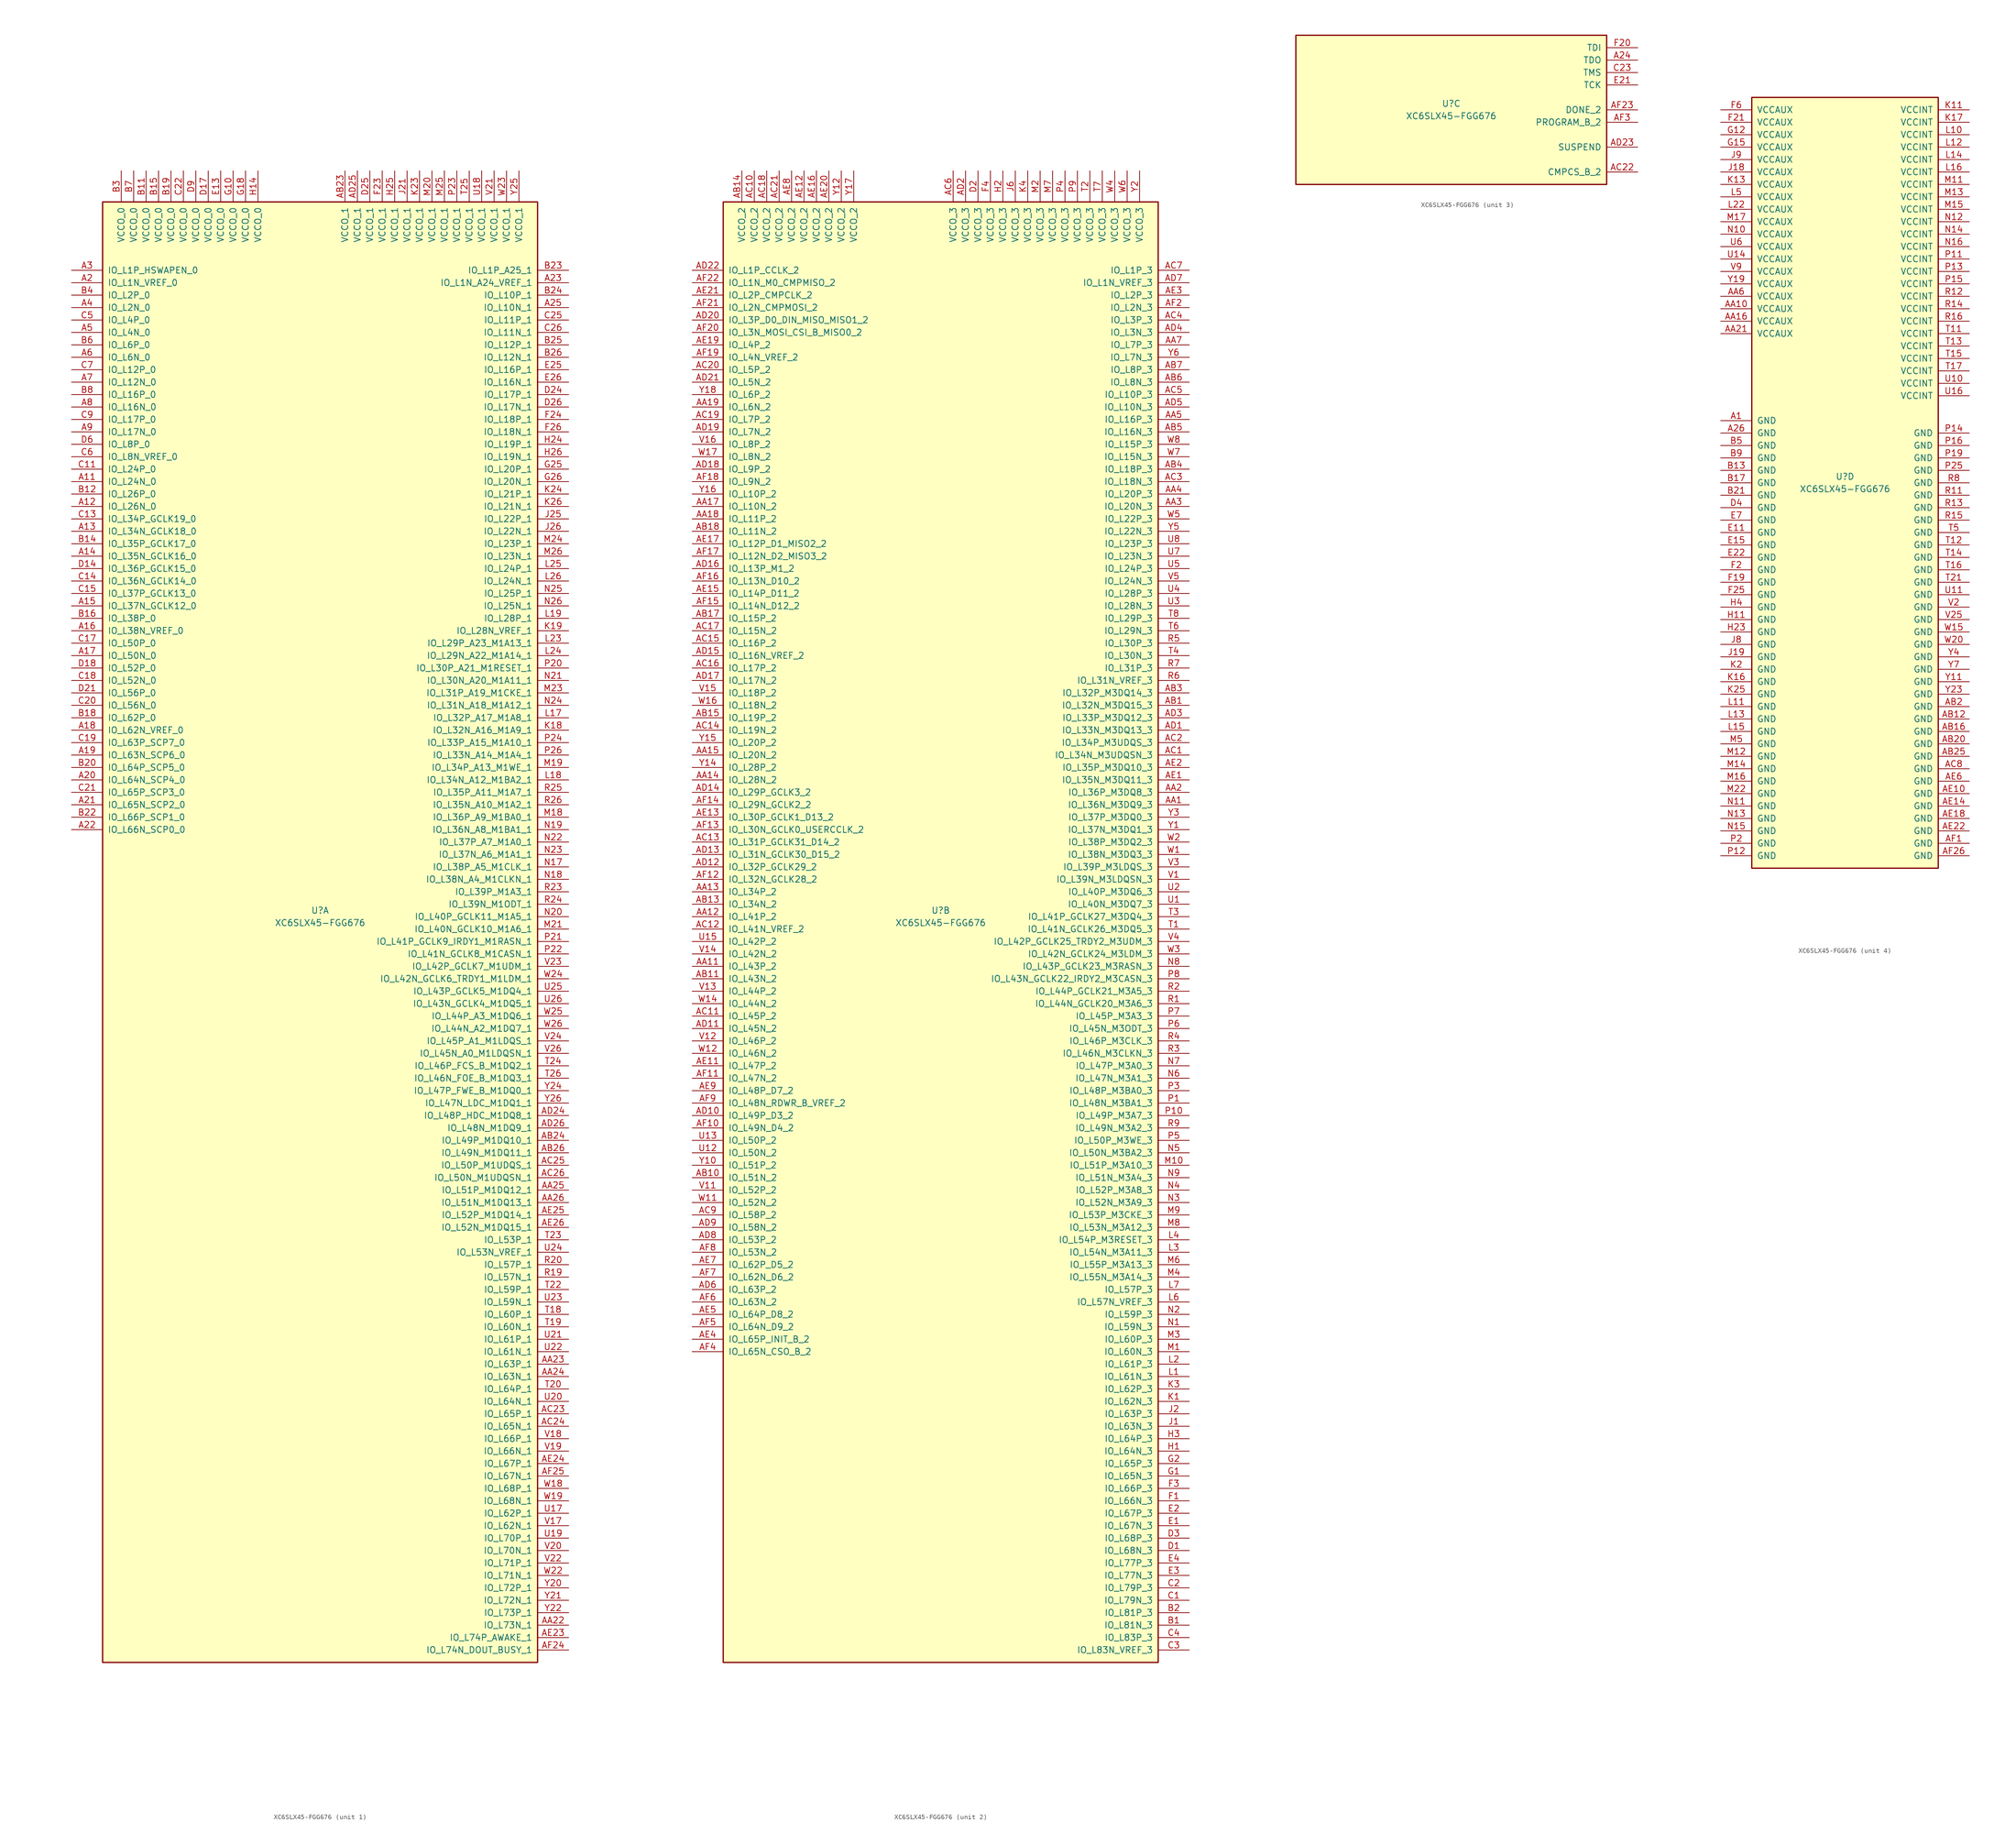
<source format=kicad_sym>
(kicad_symbol_lib
  (version 20201005)
  (generator kicad_symbol_editor)
  (symbol "XC6SLX45-FGG676"
    (pin_names
      (offset 1.016))
    (property "Reference" "U"
      (at 0 1.27 0)
      (effects (font (size 1.27 1.27))))
    (property "Value" "XC6SLX45-FGG676"
      (at 0 -1.27 0)
      (effects (font (size 1.27 1.27))))
    (property "Datasheet" ""
      (at 0 0 0)
      (effects (font (size 1.27 1.27))))
    (property "ki_locked" ""
      (at 0 0 0)
      (effects (font (size 1.27 1.27))))
    (symbol "XC6SLX45-FGG676_1_1"
      (rectangle (start -44.45 146.05) (end 44.45 -152.4) (stroke (width 0.254)) (fill (type background)))
      (pin bidirectional line (at -50.8 88.9 0) (length 6.35) (name "IO_L24N_0" (effects (font (size 1.27 1.27)))) (number "A11" (effects (font (size 1.27 1.27)))))
      (pin bidirectional line (at -50.8 83.82 0) (length 6.35) (name "IO_L26N_0" (effects (font (size 1.27 1.27)))) (number "A12" (effects (font (size 1.27 1.27)))))
      (pin bidirectional line (at -50.8 78.74 0) (length 6.35) (name "IO_L34N_GCLK18_0" (effects (font (size 1.27 1.27)))) (number "A13" (effects (font (size 1.27 1.27)))))
      (pin bidirectional line (at -50.8 73.66 0) (length 6.35) (name "IO_L35N_GCLK16_0" (effects (font (size 1.27 1.27)))) (number "A14" (effects (font (size 1.27 1.27)))))
      (pin bidirectional line (at -50.8 63.5 0) (length 6.35) (name "IO_L37N_GCLK12_0" (effects (font (size 1.27 1.27)))) (number "A15" (effects (font (size 1.27 1.27)))))
      (pin bidirectional line (at -50.8 58.42 0) (length 6.35) (name "IO_L38N_VREF_0" (effects (font (size 1.27 1.27)))) (number "A16" (effects (font (size 1.27 1.27)))))
      (pin bidirectional line (at -50.8 53.34 0) (length 6.35) (name "IO_L50N_0" (effects (font (size 1.27 1.27)))) (number "A17" (effects (font (size 1.27 1.27)))))
      (pin bidirectional line (at -50.8 38.1 0) (length 6.35) (name "IO_L62N_VREF_0" (effects (font (size 1.27 1.27)))) (number "A18" (effects (font (size 1.27 1.27)))))
      (pin bidirectional line (at -50.8 33.02 0) (length 6.35) (name "IO_L63N_SCP6_0" (effects (font (size 1.27 1.27)))) (number "A19" (effects (font (size 1.27 1.27)))))
      (pin bidirectional line (at -50.8 129.54 0) (length 6.35) (name "IO_L1N_VREF_0" (effects (font (size 1.27 1.27)))) (number "A2" (effects (font (size 1.27 1.27)))))
      (pin bidirectional line (at -50.8 27.94 0) (length 6.35) (name "IO_L64N_SCP4_0" (effects (font (size 1.27 1.27)))) (number "A20" (effects (font (size 1.27 1.27)))))
      (pin bidirectional line (at -50.8 22.86 0) (length 6.35) (name "IO_L65N_SCP2_0" (effects (font (size 1.27 1.27)))) (number "A21" (effects (font (size 1.27 1.27)))))
      (pin bidirectional line (at -50.8 17.78 0) (length 6.35) (name "IO_L66N_SCP0_0" (effects (font (size 1.27 1.27)))) (number "A22" (effects (font (size 1.27 1.27)))))
      (pin bidirectional line (at 50.8 129.54 180) (length 6.35) (name "IO_L1N_A24_VREF_1" (effects (font (size 1.27 1.27)))) (number "A23" (effects (font (size 1.27 1.27)))))
      (pin bidirectional line (at 50.8 124.46 180) (length 6.35) (name "IO_L10N_1" (effects (font (size 1.27 1.27)))) (number "A25" (effects (font (size 1.27 1.27)))))
      (pin bidirectional line (at -50.8 132.08 0) (length 6.35) (name "IO_L1P_HSWAPEN_0" (effects (font (size 1.27 1.27)))) (number "A3" (effects (font (size 1.27 1.27)))))
      (pin bidirectional line (at -50.8 124.46 0) (length 6.35) (name "IO_L2N_0" (effects (font (size 1.27 1.27)))) (number "A4" (effects (font (size 1.27 1.27)))))
      (pin bidirectional line (at -50.8 119.38 0) (length 6.35) (name "IO_L4N_0" (effects (font (size 1.27 1.27)))) (number "A5" (effects (font (size 1.27 1.27)))))
      (pin bidirectional line (at -50.8 114.3 0) (length 6.35) (name "IO_L6N_0" (effects (font (size 1.27 1.27)))) (number "A6" (effects (font (size 1.27 1.27)))))
      (pin bidirectional line (at -50.8 109.22 0) (length 6.35) (name "IO_L12N_0" (effects (font (size 1.27 1.27)))) (number "A7" (effects (font (size 1.27 1.27)))))
      (pin bidirectional line (at -50.8 104.14 0) (length 6.35) (name "IO_L16N_0" (effects (font (size 1.27 1.27)))) (number "A8" (effects (font (size 1.27 1.27)))))
      (pin bidirectional line (at -50.8 99.06 0) (length 6.35) (name "IO_L17N_0" (effects (font (size 1.27 1.27)))) (number "A9" (effects (font (size 1.27 1.27)))))
      (pin bidirectional line (at 50.8 -144.78 180) (length 6.35) (name "IO_L73N_1" (effects (font (size 1.27 1.27)))) (number "AA22" (effects (font (size 1.27 1.27)))))
      (pin bidirectional line (at 50.8 -91.44 180) (length 6.35) (name "IO_L63P_1" (effects (font (size 1.27 1.27)))) (number "AA23" (effects (font (size 1.27 1.27)))))
      (pin bidirectional line (at 50.8 -93.98 180) (length 6.35) (name "IO_L63N_1" (effects (font (size 1.27 1.27)))) (number "AA24" (effects (font (size 1.27 1.27)))))
      (pin bidirectional line (at 50.8 -55.88 180) (length 6.35) (name "IO_L51P_M1DQ12_1" (effects (font (size 1.27 1.27)))) (number "AA25" (effects (font (size 1.27 1.27)))))
      (pin bidirectional line (at 50.8 -58.42 180) (length 6.35) (name "IO_L51N_M1DQ13_1" (effects (font (size 1.27 1.27)))) (number "AA26" (effects (font (size 1.27 1.27)))))
      (pin power_in line (at 5.08 152.4 270) (length 6.35) (name "VCCO_1" (effects (font (size 1.27 1.27)))) (number "AB23" (effects (font (size 1.27 1.27)))))
      (pin bidirectional line (at 50.8 -45.72 180) (length 6.35) (name "IO_L49P_M1DQ10_1" (effects (font (size 1.27 1.27)))) (number "AB24" (effects (font (size 1.27 1.27)))))
      (pin bidirectional line (at 50.8 -48.26 180) (length 6.35) (name "IO_L49N_M1DQ11_1" (effects (font (size 1.27 1.27)))) (number "AB26" (effects (font (size 1.27 1.27)))))
      (pin bidirectional line (at 50.8 -101.6 180) (length 6.35) (name "IO_L65P_1" (effects (font (size 1.27 1.27)))) (number "AC23" (effects (font (size 1.27 1.27)))))
      (pin bidirectional line (at 50.8 -104.14 180) (length 6.35) (name "IO_L65N_1" (effects (font (size 1.27 1.27)))) (number "AC24" (effects (font (size 1.27 1.27)))))
      (pin bidirectional line (at 50.8 -50.8 180) (length 6.35) (name "IO_L50P_M1UDQS_1" (effects (font (size 1.27 1.27)))) (number "AC25" (effects (font (size 1.27 1.27)))))
      (pin bidirectional line (at 50.8 -53.34 180) (length 6.35) (name "IO_L50N_M1UDQSN_1" (effects (font (size 1.27 1.27)))) (number "AC26" (effects (font (size 1.27 1.27)))))
      (pin bidirectional line (at 50.8 -40.64 180) (length 6.35) (name "IO_L48P_HDC_M1DQ8_1" (effects (font (size 1.27 1.27)))) (number "AD24" (effects (font (size 1.27 1.27)))))
      (pin power_in line (at 7.62 152.4 270) (length 6.35) (name "VCCO_1" (effects (font (size 1.27 1.27)))) (number "AD25" (effects (font (size 1.27 1.27)))))
      (pin bidirectional line (at 50.8 -43.18 180) (length 6.35) (name "IO_L48N_M1DQ9_1" (effects (font (size 1.27 1.27)))) (number "AD26" (effects (font (size 1.27 1.27)))))
      (pin bidirectional line (at 50.8 -147.32 180) (length 6.35) (name "IO_L74P_AWAKE_1" (effects (font (size 1.27 1.27)))) (number "AE23" (effects (font (size 1.27 1.27)))))
      (pin bidirectional line (at 50.8 -111.76 180) (length 6.35) (name "IO_L67P_1" (effects (font (size 1.27 1.27)))) (number "AE24" (effects (font (size 1.27 1.27)))))
      (pin bidirectional line (at 50.8 -60.96 180) (length 6.35) (name "IO_L52P_M1DQ14_1" (effects (font (size 1.27 1.27)))) (number "AE25" (effects (font (size 1.27 1.27)))))
      (pin bidirectional line (at 50.8 -63.5 180) (length 6.35) (name "IO_L52N_M1DQ15_1" (effects (font (size 1.27 1.27)))) (number "AE26" (effects (font (size 1.27 1.27)))))
      (pin bidirectional line (at 50.8 -149.86 180) (length 6.35) (name "IO_L74N_DOUT_BUSY_1" (effects (font (size 1.27 1.27)))) (number "AF24" (effects (font (size 1.27 1.27)))))
      (pin bidirectional line (at 50.8 -114.3 180) (length 6.35) (name "IO_L67N_1" (effects (font (size 1.27 1.27)))) (number "AF25" (effects (font (size 1.27 1.27)))))
      (pin power_in line (at -35.56 152.4 270) (length 6.35) (name "VCCO_0" (effects (font (size 1.27 1.27)))) (number "B11" (effects (font (size 1.27 1.27)))))
      (pin bidirectional line (at -50.8 86.36 0) (length 6.35) (name "IO_L26P_0" (effects (font (size 1.27 1.27)))) (number "B12" (effects (font (size 1.27 1.27)))))
      (pin bidirectional line (at -50.8 76.2 0) (length 6.35) (name "IO_L35P_GCLK17_0" (effects (font (size 1.27 1.27)))) (number "B14" (effects (font (size 1.27 1.27)))))
      (pin power_in line (at -33.02 152.4 270) (length 6.35) (name "VCCO_0" (effects (font (size 1.27 1.27)))) (number "B15" (effects (font (size 1.27 1.27)))))
      (pin bidirectional line (at -50.8 60.96 0) (length 6.35) (name "IO_L38P_0" (effects (font (size 1.27 1.27)))) (number "B16" (effects (font (size 1.27 1.27)))))
      (pin bidirectional line (at -50.8 40.64 0) (length 6.35) (name "IO_L62P_0" (effects (font (size 1.27 1.27)))) (number "B18" (effects (font (size 1.27 1.27)))))
      (pin power_in line (at -30.48 152.4 270) (length 6.35) (name "VCCO_0" (effects (font (size 1.27 1.27)))) (number "B19" (effects (font (size 1.27 1.27)))))
      (pin bidirectional line (at -50.8 30.48 0) (length 6.35) (name "IO_L64P_SCP5_0" (effects (font (size 1.27 1.27)))) (number "B20" (effects (font (size 1.27 1.27)))))
      (pin bidirectional line (at -50.8 20.32 0) (length 6.35) (name "IO_L66P_SCP1_0" (effects (font (size 1.27 1.27)))) (number "B22" (effects (font (size 1.27 1.27)))))
      (pin bidirectional line (at 50.8 132.08 180) (length 6.35) (name "IO_L1P_A25_1" (effects (font (size 1.27 1.27)))) (number "B23" (effects (font (size 1.27 1.27)))))
      (pin bidirectional line (at 50.8 127 180) (length 6.35) (name "IO_L10P_1" (effects (font (size 1.27 1.27)))) (number "B24" (effects (font (size 1.27 1.27)))))
      (pin bidirectional line (at 50.8 116.84 180) (length 6.35) (name "IO_L12P_1" (effects (font (size 1.27 1.27)))) (number "B25" (effects (font (size 1.27 1.27)))))
      (pin bidirectional line (at 50.8 114.3 180) (length 6.35) (name "IO_L12N_1" (effects (font (size 1.27 1.27)))) (number "B26" (effects (font (size 1.27 1.27)))))
      (pin power_in line (at -40.64 152.4 270) (length 6.35) (name "VCCO_0" (effects (font (size 1.27 1.27)))) (number "B3" (effects (font (size 1.27 1.27)))))
      (pin bidirectional line (at -50.8 127 0) (length 6.35) (name "IO_L2P_0" (effects (font (size 1.27 1.27)))) (number "B4" (effects (font (size 1.27 1.27)))))
      (pin bidirectional line (at -50.8 116.84 0) (length 6.35) (name "IO_L6P_0" (effects (font (size 1.27 1.27)))) (number "B6" (effects (font (size 1.27 1.27)))))
      (pin power_in line (at -38.1 152.4 270) (length 6.35) (name "VCCO_0" (effects (font (size 1.27 1.27)))) (number "B7" (effects (font (size 1.27 1.27)))))
      (pin bidirectional line (at -50.8 106.68 0) (length 6.35) (name "IO_L16P_0" (effects (font (size 1.27 1.27)))) (number "B8" (effects (font (size 1.27 1.27)))))
      (pin bidirectional line (at -50.8 91.44 0) (length 6.35) (name "IO_L24P_0" (effects (font (size 1.27 1.27)))) (number "C11" (effects (font (size 1.27 1.27)))))
      (pin bidirectional line (at -50.8 81.28 0) (length 6.35) (name "IO_L34P_GCLK19_0" (effects (font (size 1.27 1.27)))) (number "C13" (effects (font (size 1.27 1.27)))))
      (pin bidirectional line (at -50.8 68.58 0) (length 6.35) (name "IO_L36N_GCLK14_0" (effects (font (size 1.27 1.27)))) (number "C14" (effects (font (size 1.27 1.27)))))
      (pin bidirectional line (at -50.8 66.04 0) (length 6.35) (name "IO_L37P_GCLK13_0" (effects (font (size 1.27 1.27)))) (number "C15" (effects (font (size 1.27 1.27)))))
      (pin bidirectional line (at -50.8 55.88 0) (length 6.35) (name "IO_L50P_0" (effects (font (size 1.27 1.27)))) (number "C17" (effects (font (size 1.27 1.27)))))
      (pin bidirectional line (at -50.8 48.26 0) (length 6.35) (name "IO_L52N_0" (effects (font (size 1.27 1.27)))) (number "C18" (effects (font (size 1.27 1.27)))))
      (pin bidirectional line (at -50.8 35.56 0) (length 6.35) (name "IO_L63P_SCP7_0" (effects (font (size 1.27 1.27)))) (number "C19" (effects (font (size 1.27 1.27)))))
      (pin bidirectional line (at -50.8 43.18 0) (length 6.35) (name "IO_L56N_0" (effects (font (size 1.27 1.27)))) (number "C20" (effects (font (size 1.27 1.27)))))
      (pin bidirectional line (at -50.8 25.4 0) (length 6.35) (name "IO_L65P_SCP3_0" (effects (font (size 1.27 1.27)))) (number "C21" (effects (font (size 1.27 1.27)))))
      (pin power_in line (at -27.94 152.4 270) (length 6.35) (name "VCCO_0" (effects (font (size 1.27 1.27)))) (number "C22" (effects (font (size 1.27 1.27)))))
      (pin bidirectional line (at 50.8 121.92 180) (length 6.35) (name "IO_L11P_1" (effects (font (size 1.27 1.27)))) (number "C25" (effects (font (size 1.27 1.27)))))
      (pin bidirectional line (at 50.8 119.38 180) (length 6.35) (name "IO_L11N_1" (effects (font (size 1.27 1.27)))) (number "C26" (effects (font (size 1.27 1.27)))))
      (pin bidirectional line (at -50.8 121.92 0) (length 6.35) (name "IO_L4P_0" (effects (font (size 1.27 1.27)))) (number "C5" (effects (font (size 1.27 1.27)))))
      (pin bidirectional line (at -50.8 93.98 0) (length 6.35) (name "IO_L8N_VREF_0" (effects (font (size 1.27 1.27)))) (number "C6" (effects (font (size 1.27 1.27)))))
      (pin bidirectional line (at -50.8 111.76 0) (length 6.35) (name "IO_L12P_0" (effects (font (size 1.27 1.27)))) (number "C7" (effects (font (size 1.27 1.27)))))
      (pin bidirectional line (at -50.8 101.6 0) (length 6.35) (name "IO_L17P_0" (effects (font (size 1.27 1.27)))) (number "C9" (effects (font (size 1.27 1.27)))))
      (pin bidirectional line (at -50.8 71.12 0) (length 6.35) (name "IO_L36P_GCLK15_0" (effects (font (size 1.27 1.27)))) (number "D14" (effects (font (size 1.27 1.27)))))
      (pin power_in line (at -22.86 152.4 270) (length 6.35) (name "VCCO_0" (effects (font (size 1.27 1.27)))) (number "D17" (effects (font (size 1.27 1.27)))))
      (pin bidirectional line (at -50.8 50.8 0) (length 6.35) (name "IO_L52P_0" (effects (font (size 1.27 1.27)))) (number "D18" (effects (font (size 1.27 1.27)))))
      (pin bidirectional line (at -50.8 45.72 0) (length 6.35) (name "IO_L56P_0" (effects (font (size 1.27 1.27)))) (number "D21" (effects (font (size 1.27 1.27)))))
      (pin bidirectional line (at 50.8 106.68 180) (length 6.35) (name "IO_L17P_1" (effects (font (size 1.27 1.27)))) (number "D24" (effects (font (size 1.27 1.27)))))
      (pin power_in line (at 10.16 152.4 270) (length 6.35) (name "VCCO_1" (effects (font (size 1.27 1.27)))) (number "D25" (effects (font (size 1.27 1.27)))))
      (pin bidirectional line (at 50.8 104.14 180) (length 6.35) (name "IO_L17N_1" (effects (font (size 1.27 1.27)))) (number "D26" (effects (font (size 1.27 1.27)))))
      (pin bidirectional line (at -50.8 96.52 0) (length 6.35) (name "IO_L8P_0" (effects (font (size 1.27 1.27)))) (number "D6" (effects (font (size 1.27 1.27)))))
      (pin power_in line (at -25.4 152.4 270) (length 6.35) (name "VCCO_0" (effects (font (size 1.27 1.27)))) (number "D9" (effects (font (size 1.27 1.27)))))
      (pin power_in line (at -20.32 152.4 270) (length 6.35) (name "VCCO_0" (effects (font (size 1.27 1.27)))) (number "E13" (effects (font (size 1.27 1.27)))))
      (pin bidirectional line (at 50.8 111.76 180) (length 6.35) (name "IO_L16P_1" (effects (font (size 1.27 1.27)))) (number "E25" (effects (font (size 1.27 1.27)))))
      (pin bidirectional line (at 50.8 109.22 180) (length 6.35) (name "IO_L16N_1" (effects (font (size 1.27 1.27)))) (number "E26" (effects (font (size 1.27 1.27)))))
      (pin power_in line (at 12.7 152.4 270) (length 6.35) (name "VCCO_1" (effects (font (size 1.27 1.27)))) (number "F23" (effects (font (size 1.27 1.27)))))
      (pin bidirectional line (at 50.8 101.6 180) (length 6.35) (name "IO_L18P_1" (effects (font (size 1.27 1.27)))) (number "F24" (effects (font (size 1.27 1.27)))))
      (pin bidirectional line (at 50.8 99.06 180) (length 6.35) (name "IO_L18N_1" (effects (font (size 1.27 1.27)))) (number "F26" (effects (font (size 1.27 1.27)))))
      (pin power_in line (at -17.78 152.4 270) (length 6.35) (name "VCCO_0" (effects (font (size 1.27 1.27)))) (number "G10" (effects (font (size 1.27 1.27)))))
      (pin power_in line (at -15.24 152.4 270) (length 6.35) (name "VCCO_0" (effects (font (size 1.27 1.27)))) (number "G18" (effects (font (size 1.27 1.27)))))
      (pin bidirectional line (at 50.8 91.44 180) (length 6.35) (name "IO_L20P_1" (effects (font (size 1.27 1.27)))) (number "G25" (effects (font (size 1.27 1.27)))))
      (pin bidirectional line (at 50.8 88.9 180) (length 6.35) (name "IO_L20N_1" (effects (font (size 1.27 1.27)))) (number "G26" (effects (font (size 1.27 1.27)))))
      (pin power_in line (at -12.7 152.4 270) (length 6.35) (name "VCCO_0" (effects (font (size 1.27 1.27)))) (number "H14" (effects (font (size 1.27 1.27)))))
      (pin bidirectional line (at 50.8 96.52 180) (length 6.35) (name "IO_L19P_1" (effects (font (size 1.27 1.27)))) (number "H24" (effects (font (size 1.27 1.27)))))
      (pin power_in line (at 15.24 152.4 270) (length 6.35) (name "VCCO_1" (effects (font (size 1.27 1.27)))) (number "H25" (effects (font (size 1.27 1.27)))))
      (pin bidirectional line (at 50.8 93.98 180) (length 6.35) (name "IO_L19N_1" (effects (font (size 1.27 1.27)))) (number "H26" (effects (font (size 1.27 1.27)))))
      (pin power_in line (at 17.78 152.4 270) (length 6.35) (name "VCCO_1" (effects (font (size 1.27 1.27)))) (number "J21" (effects (font (size 1.27 1.27)))))
      (pin bidirectional line (at 50.8 81.28 180) (length 6.35) (name "IO_L22P_1" (effects (font (size 1.27 1.27)))) (number "J25" (effects (font (size 1.27 1.27)))))
      (pin bidirectional line (at 50.8 78.74 180) (length 6.35) (name "IO_L22N_1" (effects (font (size 1.27 1.27)))) (number "J26" (effects (font (size 1.27 1.27)))))
      (pin bidirectional line (at 50.8 38.1 180) (length 6.35) (name "IO_L32N_A16_M1A9_1" (effects (font (size 1.27 1.27)))) (number "K18" (effects (font (size 1.27 1.27)))))
      (pin bidirectional line (at 50.8 58.42 180) (length 6.35) (name "IO_L28N_VREF_1" (effects (font (size 1.27 1.27)))) (number "K19" (effects (font (size 1.27 1.27)))))
      (pin power_in line (at 20.32 152.4 270) (length 6.35) (name "VCCO_1" (effects (font (size 1.27 1.27)))) (number "K23" (effects (font (size 1.27 1.27)))))
      (pin bidirectional line (at 50.8 86.36 180) (length 6.35) (name "IO_L21P_1" (effects (font (size 1.27 1.27)))) (number "K24" (effects (font (size 1.27 1.27)))))
      (pin bidirectional line (at 50.8 83.82 180) (length 6.35) (name "IO_L21N_1" (effects (font (size 1.27 1.27)))) (number "K26" (effects (font (size 1.27 1.27)))))
      (pin bidirectional line (at 50.8 40.64 180) (length 6.35) (name "IO_L32P_A17_M1A8_1" (effects (font (size 1.27 1.27)))) (number "L17" (effects (font (size 1.27 1.27)))))
      (pin bidirectional line (at 50.8 27.94 180) (length 6.35) (name "IO_L34N_A12_M1BA2_1" (effects (font (size 1.27 1.27)))) (number "L18" (effects (font (size 1.27 1.27)))))
      (pin bidirectional line (at 50.8 60.96 180) (length 6.35) (name "IO_L28P_1" (effects (font (size 1.27 1.27)))) (number "L19" (effects (font (size 1.27 1.27)))))
      (pin bidirectional line (at 50.8 55.88 180) (length 6.35) (name "IO_L29P_A23_M1A13_1" (effects (font (size 1.27 1.27)))) (number "L23" (effects (font (size 1.27 1.27)))))
      (pin bidirectional line (at 50.8 53.34 180) (length 6.35) (name "IO_L29N_A22_M1A14_1" (effects (font (size 1.27 1.27)))) (number "L24" (effects (font (size 1.27 1.27)))))
      (pin bidirectional line (at 50.8 71.12 180) (length 6.35) (name "IO_L24P_1" (effects (font (size 1.27 1.27)))) (number "L25" (effects (font (size 1.27 1.27)))))
      (pin bidirectional line (at 50.8 68.58 180) (length 6.35) (name "IO_L24N_1" (effects (font (size 1.27 1.27)))) (number "L26" (effects (font (size 1.27 1.27)))))
      (pin bidirectional line (at 50.8 20.32 180) (length 6.35) (name "IO_L36P_A9_M1BA0_1" (effects (font (size 1.27 1.27)))) (number "M18" (effects (font (size 1.27 1.27)))))
      (pin bidirectional line (at 50.8 30.48 180) (length 6.35) (name "IO_L34P_A13_M1WE_1" (effects (font (size 1.27 1.27)))) (number "M19" (effects (font (size 1.27 1.27)))))
      (pin power_in line (at 22.86 152.4 270) (length 6.35) (name "VCCO_1" (effects (font (size 1.27 1.27)))) (number "M20" (effects (font (size 1.27 1.27)))))
      (pin bidirectional line (at 50.8 -2.54 180) (length 6.35) (name "IO_L40N_GCLK10_M1A6_1" (effects (font (size 1.27 1.27)))) (number "M21" (effects (font (size 1.27 1.27)))))
      (pin bidirectional line (at 50.8 45.72 180) (length 6.35) (name "IO_L31P_A19_M1CKE_1" (effects (font (size 1.27 1.27)))) (number "M23" (effects (font (size 1.27 1.27)))))
      (pin bidirectional line (at 50.8 76.2 180) (length 6.35) (name "IO_L23P_1" (effects (font (size 1.27 1.27)))) (number "M24" (effects (font (size 1.27 1.27)))))
      (pin power_in line (at 25.4 152.4 270) (length 6.35) (name "VCCO_1" (effects (font (size 1.27 1.27)))) (number "M25" (effects (font (size 1.27 1.27)))))
      (pin bidirectional line (at 50.8 73.66 180) (length 6.35) (name "IO_L23N_1" (effects (font (size 1.27 1.27)))) (number "M26" (effects (font (size 1.27 1.27)))))
      (pin bidirectional line (at 50.8 10.16 180) (length 6.35) (name "IO_L38P_A5_M1CLK_1" (effects (font (size 1.27 1.27)))) (number "N17" (effects (font (size 1.27 1.27)))))
      (pin bidirectional line (at 50.8 7.62 180) (length 6.35) (name "IO_L38N_A4_M1CLKN_1" (effects (font (size 1.27 1.27)))) (number "N18" (effects (font (size 1.27 1.27)))))
      (pin bidirectional line (at 50.8 17.78 180) (length 6.35) (name "IO_L36N_A8_M1BA1_1" (effects (font (size 1.27 1.27)))) (number "N19" (effects (font (size 1.27 1.27)))))
      (pin bidirectional line (at 50.8 0 180) (length 6.35) (name "IO_L40P_GCLK11_M1A5_1" (effects (font (size 1.27 1.27)))) (number "N20" (effects (font (size 1.27 1.27)))))
      (pin bidirectional line (at 50.8 48.26 180) (length 6.35) (name "IO_L30N_A20_M1A11_1" (effects (font (size 1.27 1.27)))) (number "N21" (effects (font (size 1.27 1.27)))))
      (pin bidirectional line (at 50.8 15.24 180) (length 6.35) (name "IO_L37P_A7_M1A0_1" (effects (font (size 1.27 1.27)))) (number "N22" (effects (font (size 1.27 1.27)))))
      (pin bidirectional line (at 50.8 12.7 180) (length 6.35) (name "IO_L37N_A6_M1A1_1" (effects (font (size 1.27 1.27)))) (number "N23" (effects (font (size 1.27 1.27)))))
      (pin bidirectional line (at 50.8 43.18 180) (length 6.35) (name "IO_L31N_A18_M1A12_1" (effects (font (size 1.27 1.27)))) (number "N24" (effects (font (size 1.27 1.27)))))
      (pin bidirectional line (at 50.8 66.04 180) (length 6.35) (name "IO_L25P_1" (effects (font (size 1.27 1.27)))) (number "N25" (effects (font (size 1.27 1.27)))))
      (pin bidirectional line (at 50.8 63.5 180) (length 6.35) (name "IO_L25N_1" (effects (font (size 1.27 1.27)))) (number "N26" (effects (font (size 1.27 1.27)))))
      (pin bidirectional line (at 50.8 50.8 180) (length 6.35) (name "IO_L30P_A21_M1RESET_1" (effects (font (size 1.27 1.27)))) (number "P20" (effects (font (size 1.27 1.27)))))
      (pin bidirectional line (at 50.8 -5.08 180) (length 6.35) (name "IO_L41P_GCLK9_IRDY1_M1RASN_1" (effects (font (size 1.27 1.27)))) (number "P21" (effects (font (size 1.27 1.27)))))
      (pin bidirectional line (at 50.8 -7.62 180) (length 6.35) (name "IO_L41N_GCLK8_M1CASN_1" (effects (font (size 1.27 1.27)))) (number "P22" (effects (font (size 1.27 1.27)))))
      (pin power_in line (at 27.94 152.4 270) (length 6.35) (name "VCCO_1" (effects (font (size 1.27 1.27)))) (number "P23" (effects (font (size 1.27 1.27)))))
      (pin bidirectional line (at 50.8 35.56 180) (length 6.35) (name "IO_L33P_A15_M1A10_1" (effects (font (size 1.27 1.27)))) (number "P24" (effects (font (size 1.27 1.27)))))
      (pin bidirectional line (at 50.8 33.02 180) (length 6.35) (name "IO_L33N_A14_M1A4_1" (effects (font (size 1.27 1.27)))) (number "P26" (effects (font (size 1.27 1.27)))))
      (pin bidirectional line (at 50.8 -73.66 180) (length 6.35) (name "IO_L57N_1" (effects (font (size 1.27 1.27)))) (number "R19" (effects (font (size 1.27 1.27)))))
      (pin bidirectional line (at 50.8 -71.12 180) (length 6.35) (name "IO_L57P_1" (effects (font (size 1.27 1.27)))) (number "R20" (effects (font (size 1.27 1.27)))))
      (pin bidirectional line (at 50.8 5.08 180) (length 6.35) (name "IO_L39P_M1A3_1" (effects (font (size 1.27 1.27)))) (number "R23" (effects (font (size 1.27 1.27)))))
      (pin bidirectional line (at 50.8 2.54 180) (length 6.35) (name "IO_L39N_M1ODT_1" (effects (font (size 1.27 1.27)))) (number "R24" (effects (font (size 1.27 1.27)))))
      (pin bidirectional line (at 50.8 25.4 180) (length 6.35) (name "IO_L35P_A11_M1A7_1" (effects (font (size 1.27 1.27)))) (number "R25" (effects (font (size 1.27 1.27)))))
      (pin bidirectional line (at 50.8 22.86 180) (length 6.35) (name "IO_L35N_A10_M1A2_1" (effects (font (size 1.27 1.27)))) (number "R26" (effects (font (size 1.27 1.27)))))
      (pin bidirectional line (at 50.8 -81.28 180) (length 6.35) (name "IO_L60P_1" (effects (font (size 1.27 1.27)))) (number "T18" (effects (font (size 1.27 1.27)))))
      (pin bidirectional line (at 50.8 -83.82 180) (length 6.35) (name "IO_L60N_1" (effects (font (size 1.27 1.27)))) (number "T19" (effects (font (size 1.27 1.27)))))
      (pin bidirectional line (at 50.8 -96.52 180) (length 6.35) (name "IO_L64P_1" (effects (font (size 1.27 1.27)))) (number "T20" (effects (font (size 1.27 1.27)))))
      (pin bidirectional line (at 50.8 -76.2 180) (length 6.35) (name "IO_L59P_1" (effects (font (size 1.27 1.27)))) (number "T22" (effects (font (size 1.27 1.27)))))
      (pin bidirectional line (at 50.8 -66.04 180) (length 6.35) (name "IO_L53P_1" (effects (font (size 1.27 1.27)))) (number "T23" (effects (font (size 1.27 1.27)))))
      (pin bidirectional line (at 50.8 -30.48 180) (length 6.35) (name "IO_L46P_FCS_B_M1DQ2_1" (effects (font (size 1.27 1.27)))) (number "T24" (effects (font (size 1.27 1.27)))))
      (pin power_in line (at 30.48 152.4 270) (length 6.35) (name "VCCO_1" (effects (font (size 1.27 1.27)))) (number "T25" (effects (font (size 1.27 1.27)))))
      (pin bidirectional line (at 50.8 -33.02 180) (length 6.35) (name "IO_L46N_FOE_B_M1DQ3_1" (effects (font (size 1.27 1.27)))) (number "T26" (effects (font (size 1.27 1.27)))))
      (pin bidirectional line (at 50.8 -121.92 180) (length 6.35) (name "IO_L62P_1" (effects (font (size 1.27 1.27)))) (number "U17" (effects (font (size 1.27 1.27)))))
      (pin power_in line (at 33.02 152.4 270) (length 6.35) (name "VCCO_1" (effects (font (size 1.27 1.27)))) (number "U18" (effects (font (size 1.27 1.27)))))
      (pin bidirectional line (at 50.8 -127 180) (length 6.35) (name "IO_L70P_1" (effects (font (size 1.27 1.27)))) (number "U19" (effects (font (size 1.27 1.27)))))
      (pin bidirectional line (at 50.8 -99.06 180) (length 6.35) (name "IO_L64N_1" (effects (font (size 1.27 1.27)))) (number "U20" (effects (font (size 1.27 1.27)))))
      (pin bidirectional line (at 50.8 -86.36 180) (length 6.35) (name "IO_L61P_1" (effects (font (size 1.27 1.27)))) (number "U21" (effects (font (size 1.27 1.27)))))
      (pin bidirectional line (at 50.8 -88.9 180) (length 6.35) (name "IO_L61N_1" (effects (font (size 1.27 1.27)))) (number "U22" (effects (font (size 1.27 1.27)))))
      (pin bidirectional line (at 50.8 -78.74 180) (length 6.35) (name "IO_L59N_1" (effects (font (size 1.27 1.27)))) (number "U23" (effects (font (size 1.27 1.27)))))
      (pin bidirectional line (at 50.8 -68.58 180) (length 6.35) (name "IO_L53N_VREF_1" (effects (font (size 1.27 1.27)))) (number "U24" (effects (font (size 1.27 1.27)))))
      (pin bidirectional line (at 50.8 -15.24 180) (length 6.35) (name "IO_L43P_GCLK5_M1DQ4_1" (effects (font (size 1.27 1.27)))) (number "U25" (effects (font (size 1.27 1.27)))))
      (pin bidirectional line (at 50.8 -17.78 180) (length 6.35) (name "IO_L43N_GCLK4_M1DQ5_1" (effects (font (size 1.27 1.27)))) (number "U26" (effects (font (size 1.27 1.27)))))
      (pin bidirectional line (at 50.8 -124.46 180) (length 6.35) (name "IO_L62N_1" (effects (font (size 1.27 1.27)))) (number "V17" (effects (font (size 1.27 1.27)))))
      (pin bidirectional line (at 50.8 -106.68 180) (length 6.35) (name "IO_L66P_1" (effects (font (size 1.27 1.27)))) (number "V18" (effects (font (size 1.27 1.27)))))
      (pin bidirectional line (at 50.8 -109.22 180) (length 6.35) (name "IO_L66N_1" (effects (font (size 1.27 1.27)))) (number "V19" (effects (font (size 1.27 1.27)))))
      (pin bidirectional line (at 50.8 -129.54 180) (length 6.35) (name "IO_L70N_1" (effects (font (size 1.27 1.27)))) (number "V20" (effects (font (size 1.27 1.27)))))
      (pin power_in line (at 35.56 152.4 270) (length 6.35) (name "VCCO_1" (effects (font (size 1.27 1.27)))) (number "V21" (effects (font (size 1.27 1.27)))))
      (pin bidirectional line (at 50.8 -132.08 180) (length 6.35) (name "IO_L71P_1" (effects (font (size 1.27 1.27)))) (number "V22" (effects (font (size 1.27 1.27)))))
      (pin bidirectional line (at 50.8 -10.16 180) (length 6.35) (name "IO_L42P_GCLK7_M1UDM_1" (effects (font (size 1.27 1.27)))) (number "V23" (effects (font (size 1.27 1.27)))))
      (pin bidirectional line (at 50.8 -25.4 180) (length 6.35) (name "IO_L45P_A1_M1LDQS_1" (effects (font (size 1.27 1.27)))) (number "V24" (effects (font (size 1.27 1.27)))))
      (pin bidirectional line (at 50.8 -27.94 180) (length 6.35) (name "IO_L45N_A0_M1LDQSN_1" (effects (font (size 1.27 1.27)))) (number "V26" (effects (font (size 1.27 1.27)))))
      (pin bidirectional line (at 50.8 -116.84 180) (length 6.35) (name "IO_L68P_1" (effects (font (size 1.27 1.27)))) (number "W18" (effects (font (size 1.27 1.27)))))
      (pin bidirectional line (at 50.8 -119.38 180) (length 6.35) (name "IO_L68N_1" (effects (font (size 1.27 1.27)))) (number "W19" (effects (font (size 1.27 1.27)))))
      (pin bidirectional line (at 50.8 -134.62 180) (length 6.35) (name "IO_L71N_1" (effects (font (size 1.27 1.27)))) (number "W22" (effects (font (size 1.27 1.27)))))
      (pin power_in line (at 38.1 152.4 270) (length 6.35) (name "VCCO_1" (effects (font (size 1.27 1.27)))) (number "W23" (effects (font (size 1.27 1.27)))))
      (pin bidirectional line (at 50.8 -12.7 180) (length 6.35) (name "IO_L42N_GCLK6_TRDY1_M1LDM_1" (effects (font (size 1.27 1.27)))) (number "W24" (effects (font (size 1.27 1.27)))))
      (pin bidirectional line (at 50.8 -20.32 180) (length 6.35) (name "IO_L44P_A3_M1DQ6_1" (effects (font (size 1.27 1.27)))) (number "W25" (effects (font (size 1.27 1.27)))))
      (pin bidirectional line (at 50.8 -22.86 180) (length 6.35) (name "IO_L44N_A2_M1DQ7_1" (effects (font (size 1.27 1.27)))) (number "W26" (effects (font (size 1.27 1.27)))))
      (pin bidirectional line (at 50.8 -137.16 180) (length 6.35) (name "IO_L72P_1" (effects (font (size 1.27 1.27)))) (number "Y20" (effects (font (size 1.27 1.27)))))
      (pin bidirectional line (at 50.8 -139.7 180) (length 6.35) (name "IO_L72N_1" (effects (font (size 1.27 1.27)))) (number "Y21" (effects (font (size 1.27 1.27)))))
      (pin bidirectional line (at 50.8 -142.24 180) (length 6.35) (name "IO_L73P_1" (effects (font (size 1.27 1.27)))) (number "Y22" (effects (font (size 1.27 1.27)))))
      (pin bidirectional line (at 50.8 -35.56 180) (length 6.35) (name "IO_L47P_FWE_B_M1DQ0_1" (effects (font (size 1.27 1.27)))) (number "Y24" (effects (font (size 1.27 1.27)))))
      (pin power_in line (at 40.64 152.4 270) (length 6.35) (name "VCCO_1" (effects (font (size 1.27 1.27)))) (number "Y25" (effects (font (size 1.27 1.27)))))
      (pin bidirectional line (at 50.8 -38.1 180) (length 6.35) (name "IO_L47N_LDC_M1DQ1_1" (effects (font (size 1.27 1.27)))) (number "Y26" (effects (font (size 1.27 1.27))))))
    (symbol "XC6SLX45-FGG676_2_1"
      (rectangle (start -44.45 146.05) (end 44.45 -152.4) (stroke (width 0.254)) (fill (type background)))
      (pin bidirectional line (at 50.8 22.86 180) (length 6.35) (name "IO_L36N_M3DQ9_3" (effects (font (size 1.27 1.27)))) (number "AA1" (effects (font (size 1.27 1.27)))))
      (pin bidirectional line (at -50.8 -10.16 0) (length 6.35) (name "IO_L43P_2" (effects (font (size 1.27 1.27)))) (number "AA11" (effects (font (size 1.27 1.27)))))
      (pin bidirectional line (at -50.8 0 0) (length 6.35) (name "IO_L41P_2" (effects (font (size 1.27 1.27)))) (number "AA12" (effects (font (size 1.27 1.27)))))
      (pin bidirectional line (at -50.8 5.08 0) (length 6.35) (name "IO_L34P_2" (effects (font (size 1.27 1.27)))) (number "AA13" (effects (font (size 1.27 1.27)))))
      (pin bidirectional line (at -50.8 27.94 0) (length 6.35) (name "IO_L28N_2" (effects (font (size 1.27 1.27)))) (number "AA14" (effects (font (size 1.27 1.27)))))
      (pin bidirectional line (at -50.8 33.02 0) (length 6.35) (name "IO_L20N_2" (effects (font (size 1.27 1.27)))) (number "AA15" (effects (font (size 1.27 1.27)))))
      (pin bidirectional line (at -50.8 83.82 0) (length 6.35) (name "IO_L10N_2" (effects (font (size 1.27 1.27)))) (number "AA17" (effects (font (size 1.27 1.27)))))
      (pin bidirectional line (at -50.8 81.28 0) (length 6.35) (name "IO_L11P_2" (effects (font (size 1.27 1.27)))) (number "AA18" (effects (font (size 1.27 1.27)))))
      (pin bidirectional line (at -50.8 104.14 0) (length 6.35) (name "IO_L6N_2" (effects (font (size 1.27 1.27)))) (number "AA19" (effects (font (size 1.27 1.27)))))
      (pin bidirectional line (at 50.8 25.4 180) (length 6.35) (name "IO_L36P_M3DQ8_3" (effects (font (size 1.27 1.27)))) (number "AA2" (effects (font (size 1.27 1.27)))))
      (pin bidirectional line (at 50.8 83.82 180) (length 6.35) (name "IO_L20N_3" (effects (font (size 1.27 1.27)))) (number "AA3" (effects (font (size 1.27 1.27)))))
      (pin bidirectional line (at 50.8 86.36 180) (length 6.35) (name "IO_L20P_3" (effects (font (size 1.27 1.27)))) (number "AA4" (effects (font (size 1.27 1.27)))))
      (pin bidirectional line (at 50.8 101.6 180) (length 6.35) (name "IO_L16P_3" (effects (font (size 1.27 1.27)))) (number "AA5" (effects (font (size 1.27 1.27)))))
      (pin bidirectional line (at 50.8 116.84 180) (length 6.35) (name "IO_L7P_3" (effects (font (size 1.27 1.27)))) (number "AA7" (effects (font (size 1.27 1.27)))))
      (pin bidirectional line (at 50.8 43.18 180) (length 6.35) (name "IO_L32N_M3DQ15_3" (effects (font (size 1.27 1.27)))) (number "AB1" (effects (font (size 1.27 1.27)))))
      (pin bidirectional line (at -50.8 -53.34 0) (length 6.35) (name "IO_L51N_2" (effects (font (size 1.27 1.27)))) (number "AB10" (effects (font (size 1.27 1.27)))))
      (pin bidirectional line (at -50.8 -12.7 0) (length 6.35) (name "IO_L43N_2" (effects (font (size 1.27 1.27)))) (number "AB11" (effects (font (size 1.27 1.27)))))
      (pin bidirectional line (at -50.8 2.54 0) (length 6.35) (name "IO_L34N_2" (effects (font (size 1.27 1.27)))) (number "AB13" (effects (font (size 1.27 1.27)))))
      (pin power_in line (at -40.64 152.4 270) (length 6.35) (name "VCCO_2" (effects (font (size 1.27 1.27)))) (number "AB14" (effects (font (size 1.27 1.27)))))
      (pin bidirectional line (at -50.8 40.64 0) (length 6.35) (name "IO_L19P_2" (effects (font (size 1.27 1.27)))) (number "AB15" (effects (font (size 1.27 1.27)))))
      (pin bidirectional line (at -50.8 60.96 0) (length 6.35) (name "IO_L15P_2" (effects (font (size 1.27 1.27)))) (number "AB17" (effects (font (size 1.27 1.27)))))
      (pin bidirectional line (at -50.8 78.74 0) (length 6.35) (name "IO_L11N_2" (effects (font (size 1.27 1.27)))) (number "AB18" (effects (font (size 1.27 1.27)))))
      (pin bidirectional line (at 50.8 45.72 180) (length 6.35) (name "IO_L32P_M3DQ14_3" (effects (font (size 1.27 1.27)))) (number "AB3" (effects (font (size 1.27 1.27)))))
      (pin bidirectional line (at 50.8 91.44 180) (length 6.35) (name "IO_L18P_3" (effects (font (size 1.27 1.27)))) (number "AB4" (effects (font (size 1.27 1.27)))))
      (pin bidirectional line (at 50.8 99.06 180) (length 6.35) (name "IO_L16N_3" (effects (font (size 1.27 1.27)))) (number "AB5" (effects (font (size 1.27 1.27)))))
      (pin bidirectional line (at 50.8 109.22 180) (length 6.35) (name "IO_L8N_3" (effects (font (size 1.27 1.27)))) (number "AB6" (effects (font (size 1.27 1.27)))))
      (pin bidirectional line (at 50.8 111.76 180) (length 6.35) (name "IO_L8P_3" (effects (font (size 1.27 1.27)))) (number "AB7" (effects (font (size 1.27 1.27)))))
      (pin bidirectional line (at 50.8 33.02 180) (length 6.35) (name "IO_L34N_M3UDQSN_3" (effects (font (size 1.27 1.27)))) (number "AC1" (effects (font (size 1.27 1.27)))))
      (pin power_in line (at -38.1 152.4 270) (length 6.35) (name "VCCO_2" (effects (font (size 1.27 1.27)))) (number "AC10" (effects (font (size 1.27 1.27)))))
      (pin bidirectional line (at -50.8 -20.32 0) (length 6.35) (name "IO_L45P_2" (effects (font (size 1.27 1.27)))) (number "AC11" (effects (font (size 1.27 1.27)))))
      (pin bidirectional line (at -50.8 -2.54 0) (length 6.35) (name "IO_L41N_VREF_2" (effects (font (size 1.27 1.27)))) (number "AC12" (effects (font (size 1.27 1.27)))))
      (pin bidirectional line (at -50.8 15.24 0) (length 6.35) (name "IO_L31P_GCLK31_D14_2" (effects (font (size 1.27 1.27)))) (number "AC13" (effects (font (size 1.27 1.27)))))
      (pin bidirectional line (at -50.8 38.1 0) (length 6.35) (name "IO_L19N_2" (effects (font (size 1.27 1.27)))) (number "AC14" (effects (font (size 1.27 1.27)))))
      (pin bidirectional line (at -50.8 55.88 0) (length 6.35) (name "IO_L16P_2" (effects (font (size 1.27 1.27)))) (number "AC15" (effects (font (size 1.27 1.27)))))
      (pin bidirectional line (at -50.8 50.8 0) (length 6.35) (name "IO_L17P_2" (effects (font (size 1.27 1.27)))) (number "AC16" (effects (font (size 1.27 1.27)))))
      (pin bidirectional line (at -50.8 58.42 0) (length 6.35) (name "IO_L15N_2" (effects (font (size 1.27 1.27)))) (number "AC17" (effects (font (size 1.27 1.27)))))
      (pin power_in line (at -35.56 152.4 270) (length 6.35) (name "VCCO_2" (effects (font (size 1.27 1.27)))) (number "AC18" (effects (font (size 1.27 1.27)))))
      (pin bidirectional line (at -50.8 101.6 0) (length 6.35) (name "IO_L7P_2" (effects (font (size 1.27 1.27)))) (number "AC19" (effects (font (size 1.27 1.27)))))
      (pin bidirectional line (at 50.8 35.56 180) (length 6.35) (name "IO_L34P_M3UDQS_3" (effects (font (size 1.27 1.27)))) (number "AC2" (effects (font (size 1.27 1.27)))))
      (pin bidirectional line (at -50.8 111.76 0) (length 6.35) (name "IO_L5P_2" (effects (font (size 1.27 1.27)))) (number "AC20" (effects (font (size 1.27 1.27)))))
      (pin power_in line (at -33.02 152.4 270) (length 6.35) (name "VCCO_2" (effects (font (size 1.27 1.27)))) (number "AC21" (effects (font (size 1.27 1.27)))))
      (pin bidirectional line (at 50.8 88.9 180) (length 6.35) (name "IO_L18N_3" (effects (font (size 1.27 1.27)))) (number "AC3" (effects (font (size 1.27 1.27)))))
      (pin bidirectional line (at 50.8 121.92 180) (length 6.35) (name "IO_L3P_3" (effects (font (size 1.27 1.27)))) (number "AC4" (effects (font (size 1.27 1.27)))))
      (pin bidirectional line (at 50.8 106.68 180) (length 6.35) (name "IO_L10P_3" (effects (font (size 1.27 1.27)))) (number "AC5" (effects (font (size 1.27 1.27)))))
      (pin power_in line (at 2.54 152.4 270) (length 6.35) (name "VCCO_3" (effects (font (size 1.27 1.27)))) (number "AC6" (effects (font (size 1.27 1.27)))))
      (pin bidirectional line (at 50.8 132.08 180) (length 6.35) (name "IO_L1P_3" (effects (font (size 1.27 1.27)))) (number "AC7" (effects (font (size 1.27 1.27)))))
      (pin bidirectional line (at -50.8 -60.96 0) (length 6.35) (name "IO_L58P_2" (effects (font (size 1.27 1.27)))) (number "AC9" (effects (font (size 1.27 1.27)))))
      (pin bidirectional line (at 50.8 38.1 180) (length 6.35) (name "IO_L33N_M3DQ13_3" (effects (font (size 1.27 1.27)))) (number "AD1" (effects (font (size 1.27 1.27)))))
      (pin bidirectional line (at -50.8 -40.64 0) (length 6.35) (name "IO_L49P_D3_2" (effects (font (size 1.27 1.27)))) (number "AD10" (effects (font (size 1.27 1.27)))))
      (pin bidirectional line (at -50.8 -22.86 0) (length 6.35) (name "IO_L45N_2" (effects (font (size 1.27 1.27)))) (number "AD11" (effects (font (size 1.27 1.27)))))
      (pin bidirectional line (at -50.8 10.16 0) (length 6.35) (name "IO_L32P_GCLK29_2" (effects (font (size 1.27 1.27)))) (number "AD12" (effects (font (size 1.27 1.27)))))
      (pin bidirectional line (at -50.8 12.7 0) (length 6.35) (name "IO_L31N_GCLK30_D15_2" (effects (font (size 1.27 1.27)))) (number "AD13" (effects (font (size 1.27 1.27)))))
      (pin bidirectional line (at -50.8 25.4 0) (length 6.35) (name "IO_L29P_GCLK3_2" (effects (font (size 1.27 1.27)))) (number "AD14" (effects (font (size 1.27 1.27)))))
      (pin bidirectional line (at -50.8 53.34 0) (length 6.35) (name "IO_L16N_VREF_2" (effects (font (size 1.27 1.27)))) (number "AD15" (effects (font (size 1.27 1.27)))))
      (pin bidirectional line (at -50.8 71.12 0) (length 6.35) (name "IO_L13P_M1_2" (effects (font (size 1.27 1.27)))) (number "AD16" (effects (font (size 1.27 1.27)))))
      (pin bidirectional line (at -50.8 48.26 0) (length 6.35) (name "IO_L17N_2" (effects (font (size 1.27 1.27)))) (number "AD17" (effects (font (size 1.27 1.27)))))
      (pin bidirectional line (at -50.8 91.44 0) (length 6.35) (name "IO_L9P_2" (effects (font (size 1.27 1.27)))) (number "AD18" (effects (font (size 1.27 1.27)))))
      (pin bidirectional line (at -50.8 99.06 0) (length 6.35) (name "IO_L7N_2" (effects (font (size 1.27 1.27)))) (number "AD19" (effects (font (size 1.27 1.27)))))
      (pin power_in line (at 5.08 152.4 270) (length 6.35) (name "VCCO_3" (effects (font (size 1.27 1.27)))) (number "AD2" (effects (font (size 1.27 1.27)))))
      (pin bidirectional line (at -50.8 121.92 0) (length 6.35) (name "IO_L3P_D0_DIN_MISO_MISO1_2" (effects (font (size 1.27 1.27)))) (number "AD20" (effects (font (size 1.27 1.27)))))
      (pin bidirectional line (at -50.8 109.22 0) (length 6.35) (name "IO_L5N_2" (effects (font (size 1.27 1.27)))) (number "AD21" (effects (font (size 1.27 1.27)))))
      (pin bidirectional line (at -50.8 132.08 0) (length 6.35) (name "IO_L1P_CCLK_2" (effects (font (size 1.27 1.27)))) (number "AD22" (effects (font (size 1.27 1.27)))))
      (pin bidirectional line (at 50.8 40.64 180) (length 6.35) (name "IO_L33P_M3DQ12_3" (effects (font (size 1.27 1.27)))) (number "AD3" (effects (font (size 1.27 1.27)))))
      (pin bidirectional line (at 50.8 119.38 180) (length 6.35) (name "IO_L3N_3" (effects (font (size 1.27 1.27)))) (number "AD4" (effects (font (size 1.27 1.27)))))
      (pin bidirectional line (at 50.8 104.14 180) (length 6.35) (name "IO_L10N_3" (effects (font (size 1.27 1.27)))) (number "AD5" (effects (font (size 1.27 1.27)))))
      (pin bidirectional line (at -50.8 -76.2 0) (length 6.35) (name "IO_L63P_2" (effects (font (size 1.27 1.27)))) (number "AD6" (effects (font (size 1.27 1.27)))))
      (pin bidirectional line (at 50.8 129.54 180) (length 6.35) (name "IO_L1N_VREF_3" (effects (font (size 1.27 1.27)))) (number "AD7" (effects (font (size 1.27 1.27)))))
      (pin bidirectional line (at -50.8 -66.04 0) (length 6.35) (name "IO_L53P_2" (effects (font (size 1.27 1.27)))) (number "AD8" (effects (font (size 1.27 1.27)))))
      (pin bidirectional line (at -50.8 -63.5 0) (length 6.35) (name "IO_L58N_2" (effects (font (size 1.27 1.27)))) (number "AD9" (effects (font (size 1.27 1.27)))))
      (pin bidirectional line (at 50.8 27.94 180) (length 6.35) (name "IO_L35N_M3DQ11_3" (effects (font (size 1.27 1.27)))) (number "AE1" (effects (font (size 1.27 1.27)))))
      (pin bidirectional line (at -50.8 -30.48 0) (length 6.35) (name "IO_L47P_2" (effects (font (size 1.27 1.27)))) (number "AE11" (effects (font (size 1.27 1.27)))))
      (pin power_in line (at -27.94 152.4 270) (length 6.35) (name "VCCO_2" (effects (font (size 1.27 1.27)))) (number "AE12" (effects (font (size 1.27 1.27)))))
      (pin bidirectional line (at -50.8 20.32 0) (length 6.35) (name "IO_L30P_GCLK1_D13_2" (effects (font (size 1.27 1.27)))) (number "AE13" (effects (font (size 1.27 1.27)))))
      (pin bidirectional line (at -50.8 66.04 0) (length 6.35) (name "IO_L14P_D11_2" (effects (font (size 1.27 1.27)))) (number "AE15" (effects (font (size 1.27 1.27)))))
      (pin power_in line (at -25.4 152.4 270) (length 6.35) (name "VCCO_2" (effects (font (size 1.27 1.27)))) (number "AE16" (effects (font (size 1.27 1.27)))))
      (pin bidirectional line (at -50.8 76.2 0) (length 6.35) (name "IO_L12P_D1_MISO2_2" (effects (font (size 1.27 1.27)))) (number "AE17" (effects (font (size 1.27 1.27)))))
      (pin bidirectional line (at -50.8 116.84 0) (length 6.35) (name "IO_L4P_2" (effects (font (size 1.27 1.27)))) (number "AE19" (effects (font (size 1.27 1.27)))))
      (pin bidirectional line (at 50.8 30.48 180) (length 6.35) (name "IO_L35P_M3DQ10_3" (effects (font (size 1.27 1.27)))) (number "AE2" (effects (font (size 1.27 1.27)))))
      (pin power_in line (at -22.86 152.4 270) (length 6.35) (name "VCCO_2" (effects (font (size 1.27 1.27)))) (number "AE20" (effects (font (size 1.27 1.27)))))
      (pin bidirectional line (at -50.8 127 0) (length 6.35) (name "IO_L2P_CMPCLK_2" (effects (font (size 1.27 1.27)))) (number "AE21" (effects (font (size 1.27 1.27)))))
      (pin bidirectional line (at 50.8 127 180) (length 6.35) (name "IO_L2P_3" (effects (font (size 1.27 1.27)))) (number "AE3" (effects (font (size 1.27 1.27)))))
      (pin bidirectional line (at -50.8 -86.36 0) (length 6.35) (name "IO_L65P_INIT_B_2" (effects (font (size 1.27 1.27)))) (number "AE4" (effects (font (size 1.27 1.27)))))
      (pin bidirectional line (at -50.8 -81.28 0) (length 6.35) (name "IO_L64P_D8_2" (effects (font (size 1.27 1.27)))) (number "AE5" (effects (font (size 1.27 1.27)))))
      (pin bidirectional line (at -50.8 -71.12 0) (length 6.35) (name "IO_L62P_D5_2" (effects (font (size 1.27 1.27)))) (number "AE7" (effects (font (size 1.27 1.27)))))
      (pin power_in line (at -30.48 152.4 270) (length 6.35) (name "VCCO_2" (effects (font (size 1.27 1.27)))) (number "AE8" (effects (font (size 1.27 1.27)))))
      (pin bidirectional line (at -50.8 -35.56 0) (length 6.35) (name "IO_L48P_D7_2" (effects (font (size 1.27 1.27)))) (number "AE9" (effects (font (size 1.27 1.27)))))
      (pin bidirectional line (at -50.8 -43.18 0) (length 6.35) (name "IO_L49N_D4_2" (effects (font (size 1.27 1.27)))) (number "AF10" (effects (font (size 1.27 1.27)))))
      (pin bidirectional line (at -50.8 -33.02 0) (length 6.35) (name "IO_L47N_2" (effects (font (size 1.27 1.27)))) (number "AF11" (effects (font (size 1.27 1.27)))))
      (pin bidirectional line (at -50.8 7.62 0) (length 6.35) (name "IO_L32N_GCLK28_2" (effects (font (size 1.27 1.27)))) (number "AF12" (effects (font (size 1.27 1.27)))))
      (pin bidirectional line (at -50.8 17.78 0) (length 6.35) (name "IO_L30N_GCLK0_USERCCLK_2" (effects (font (size 1.27 1.27)))) (number "AF13" (effects (font (size 1.27 1.27)))))
      (pin bidirectional line (at -50.8 22.86 0) (length 6.35) (name "IO_L29N_GCLK2_2" (effects (font (size 1.27 1.27)))) (number "AF14" (effects (font (size 1.27 1.27)))))
      (pin bidirectional line (at -50.8 63.5 0) (length 6.35) (name "IO_L14N_D12_2" (effects (font (size 1.27 1.27)))) (number "AF15" (effects (font (size 1.27 1.27)))))
      (pin bidirectional line (at -50.8 68.58 0) (length 6.35) (name "IO_L13N_D10_2" (effects (font (size 1.27 1.27)))) (number "AF16" (effects (font (size 1.27 1.27)))))
      (pin bidirectional line (at -50.8 73.66 0) (length 6.35) (name "IO_L12N_D2_MISO3_2" (effects (font (size 1.27 1.27)))) (number "AF17" (effects (font (size 1.27 1.27)))))
      (pin bidirectional line (at -50.8 88.9 0) (length 6.35) (name "IO_L9N_2" (effects (font (size 1.27 1.27)))) (number "AF18" (effects (font (size 1.27 1.27)))))
      (pin bidirectional line (at -50.8 114.3 0) (length 6.35) (name "IO_L4N_VREF_2" (effects (font (size 1.27 1.27)))) (number "AF19" (effects (font (size 1.27 1.27)))))
      (pin bidirectional line (at 50.8 124.46 180) (length 6.35) (name "IO_L2N_3" (effects (font (size 1.27 1.27)))) (number "AF2" (effects (font (size 1.27 1.27)))))
      (pin bidirectional line (at -50.8 119.38 0) (length 6.35) (name "IO_L3N_MOSI_CSI_B_MISO0_2" (effects (font (size 1.27 1.27)))) (number "AF20" (effects (font (size 1.27 1.27)))))
      (pin bidirectional line (at -50.8 124.46 0) (length 6.35) (name "IO_L2N_CMPMOSI_2" (effects (font (size 1.27 1.27)))) (number "AF21" (effects (font (size 1.27 1.27)))))
      (pin bidirectional line (at -50.8 129.54 0) (length 6.35) (name "IO_L1N_M0_CMPMISO_2" (effects (font (size 1.27 1.27)))) (number "AF22" (effects (font (size 1.27 1.27)))))
      (pin bidirectional line (at -50.8 -88.9 0) (length 6.35) (name "IO_L65N_CSO_B_2" (effects (font (size 1.27 1.27)))) (number "AF4" (effects (font (size 1.27 1.27)))))
      (pin bidirectional line (at -50.8 -83.82 0) (length 6.35) (name "IO_L64N_D9_2" (effects (font (size 1.27 1.27)))) (number "AF5" (effects (font (size 1.27 1.27)))))
      (pin bidirectional line (at -50.8 -78.74 0) (length 6.35) (name "IO_L63N_2" (effects (font (size 1.27 1.27)))) (number "AF6" (effects (font (size 1.27 1.27)))))
      (pin bidirectional line (at -50.8 -73.66 0) (length 6.35) (name "IO_L62N_D6_2" (effects (font (size 1.27 1.27)))) (number "AF7" (effects (font (size 1.27 1.27)))))
      (pin bidirectional line (at -50.8 -68.58 0) (length 6.35) (name "IO_L53N_2" (effects (font (size 1.27 1.27)))) (number "AF8" (effects (font (size 1.27 1.27)))))
      (pin bidirectional line (at -50.8 -38.1 0) (length 6.35) (name "IO_L48N_RDWR_B_VREF_2" (effects (font (size 1.27 1.27)))) (number "AF9" (effects (font (size 1.27 1.27)))))
      (pin bidirectional line (at 50.8 -144.78 180) (length 6.35) (name "IO_L81N_3" (effects (font (size 1.27 1.27)))) (number "B1" (effects (font (size 1.27 1.27)))))
      (pin bidirectional line (at 50.8 -142.24 180) (length 6.35) (name "IO_L81P_3" (effects (font (size 1.27 1.27)))) (number "B2" (effects (font (size 1.27 1.27)))))
      (pin bidirectional line (at 50.8 -139.7 180) (length 6.35) (name "IO_L79N_3" (effects (font (size 1.27 1.27)))) (number "C1" (effects (font (size 1.27 1.27)))))
      (pin bidirectional line (at 50.8 -137.16 180) (length 6.35) (name "IO_L79P_3" (effects (font (size 1.27 1.27)))) (number "C2" (effects (font (size 1.27 1.27)))))
      (pin bidirectional line (at 50.8 -149.86 180) (length 6.35) (name "IO_L83N_VREF_3" (effects (font (size 1.27 1.27)))) (number "C3" (effects (font (size 1.27 1.27)))))
      (pin bidirectional line (at 50.8 -147.32 180) (length 6.35) (name "IO_L83P_3" (effects (font (size 1.27 1.27)))) (number "C4" (effects (font (size 1.27 1.27)))))
      (pin bidirectional line (at 50.8 -129.54 180) (length 6.35) (name "IO_L68N_3" (effects (font (size 1.27 1.27)))) (number "D1" (effects (font (size 1.27 1.27)))))
      (pin power_in line (at 7.62 152.4 270) (length 6.35) (name "VCCO_3" (effects (font (size 1.27 1.27)))) (number "D2" (effects (font (size 1.27 1.27)))))
      (pin bidirectional line (at 50.8 -127 180) (length 6.35) (name "IO_L68P_3" (effects (font (size 1.27 1.27)))) (number "D3" (effects (font (size 1.27 1.27)))))
      (pin bidirectional line (at 50.8 -124.46 180) (length 6.35) (name "IO_L67N_3" (effects (font (size 1.27 1.27)))) (number "E1" (effects (font (size 1.27 1.27)))))
      (pin bidirectional line (at 50.8 -121.92 180) (length 6.35) (name "IO_L67P_3" (effects (font (size 1.27 1.27)))) (number "E2" (effects (font (size 1.27 1.27)))))
      (pin bidirectional line (at 50.8 -134.62 180) (length 6.35) (name "IO_L77N_3" (effects (font (size 1.27 1.27)))) (number "E3" (effects (font (size 1.27 1.27)))))
      (pin bidirectional line (at 50.8 -132.08 180) (length 6.35) (name "IO_L77P_3" (effects (font (size 1.27 1.27)))) (number "E4" (effects (font (size 1.27 1.27)))))
      (pin bidirectional line (at 50.8 -119.38 180) (length 6.35) (name "IO_L66N_3" (effects (font (size 1.27 1.27)))) (number "F1" (effects (font (size 1.27 1.27)))))
      (pin bidirectional line (at 50.8 -116.84 180) (length 6.35) (name "IO_L66P_3" (effects (font (size 1.27 1.27)))) (number "F3" (effects (font (size 1.27 1.27)))))
      (pin power_in line (at 10.16 152.4 270) (length 6.35) (name "VCCO_3" (effects (font (size 1.27 1.27)))) (number "F4" (effects (font (size 1.27 1.27)))))
      (pin bidirectional line (at 50.8 -114.3 180) (length 6.35) (name "IO_L65N_3" (effects (font (size 1.27 1.27)))) (number "G1" (effects (font (size 1.27 1.27)))))
      (pin bidirectional line (at 50.8 -111.76 180) (length 6.35) (name "IO_L65P_3" (effects (font (size 1.27 1.27)))) (number "G2" (effects (font (size 1.27 1.27)))))
      (pin bidirectional line (at 50.8 -109.22 180) (length 6.35) (name "IO_L64N_3" (effects (font (size 1.27 1.27)))) (number "H1" (effects (font (size 1.27 1.27)))))
      (pin power_in line (at 12.7 152.4 270) (length 6.35) (name "VCCO_3" (effects (font (size 1.27 1.27)))) (number "H2" (effects (font (size 1.27 1.27)))))
      (pin bidirectional line (at 50.8 -106.68 180) (length 6.35) (name "IO_L64P_3" (effects (font (size 1.27 1.27)))) (number "H3" (effects (font (size 1.27 1.27)))))
      (pin bidirectional line (at 50.8 -104.14 180) (length 6.35) (name "IO_L63N_3" (effects (font (size 1.27 1.27)))) (number "J1" (effects (font (size 1.27 1.27)))))
      (pin bidirectional line (at 50.8 -101.6 180) (length 6.35) (name "IO_L63P_3" (effects (font (size 1.27 1.27)))) (number "J2" (effects (font (size 1.27 1.27)))))
      (pin power_in line (at 15.24 152.4 270) (length 6.35) (name "VCCO_3" (effects (font (size 1.27 1.27)))) (number "J6" (effects (font (size 1.27 1.27)))))
      (pin bidirectional line (at 50.8 -99.06 180) (length 6.35) (name "IO_L62N_3" (effects (font (size 1.27 1.27)))) (number "K1" (effects (font (size 1.27 1.27)))))
      (pin bidirectional line (at 50.8 -96.52 180) (length 6.35) (name "IO_L62P_3" (effects (font (size 1.27 1.27)))) (number "K3" (effects (font (size 1.27 1.27)))))
      (pin power_in line (at 17.78 152.4 270) (length 6.35) (name "VCCO_3" (effects (font (size 1.27 1.27)))) (number "K4" (effects (font (size 1.27 1.27)))))
      (pin bidirectional line (at 50.8 -93.98 180) (length 6.35) (name "IO_L61N_3" (effects (font (size 1.27 1.27)))) (number "L1" (effects (font (size 1.27 1.27)))))
      (pin bidirectional line (at 50.8 -91.44 180) (length 6.35) (name "IO_L61P_3" (effects (font (size 1.27 1.27)))) (number "L2" (effects (font (size 1.27 1.27)))))
      (pin bidirectional line (at 50.8 -68.58 180) (length 6.35) (name "IO_L54N_M3A11_3" (effects (font (size 1.27 1.27)))) (number "L3" (effects (font (size 1.27 1.27)))))
      (pin bidirectional line (at 50.8 -66.04 180) (length 6.35) (name "IO_L54P_M3RESET_3" (effects (font (size 1.27 1.27)))) (number "L4" (effects (font (size 1.27 1.27)))))
      (pin bidirectional line (at 50.8 -78.74 180) (length 6.35) (name "IO_L57N_VREF_3" (effects (font (size 1.27 1.27)))) (number "L6" (effects (font (size 1.27 1.27)))))
      (pin bidirectional line (at 50.8 -76.2 180) (length 6.35) (name "IO_L57P_3" (effects (font (size 1.27 1.27)))) (number "L7" (effects (font (size 1.27 1.27)))))
      (pin bidirectional line (at 50.8 -88.9 180) (length 6.35) (name "IO_L60N_3" (effects (font (size 1.27 1.27)))) (number "M1" (effects (font (size 1.27 1.27)))))
      (pin bidirectional line (at 50.8 -50.8 180) (length 6.35) (name "IO_L51P_M3A10_3" (effects (font (size 1.27 1.27)))) (number "M10" (effects (font (size 1.27 1.27)))))
      (pin power_in line (at 20.32 152.4 270) (length 6.35) (name "VCCO_3" (effects (font (size 1.27 1.27)))) (number "M2" (effects (font (size 1.27 1.27)))))
      (pin bidirectional line (at 50.8 -86.36 180) (length 6.35) (name "IO_L60P_3" (effects (font (size 1.27 1.27)))) (number "M3" (effects (font (size 1.27 1.27)))))
      (pin bidirectional line (at 50.8 -73.66 180) (length 6.35) (name "IO_L55N_M3A14_3" (effects (font (size 1.27 1.27)))) (number "M4" (effects (font (size 1.27 1.27)))))
      (pin bidirectional line (at 50.8 -71.12 180) (length 6.35) (name "IO_L55P_M3A13_3" (effects (font (size 1.27 1.27)))) (number "M6" (effects (font (size 1.27 1.27)))))
      (pin power_in line (at 22.86 152.4 270) (length 6.35) (name "VCCO_3" (effects (font (size 1.27 1.27)))) (number "M7" (effects (font (size 1.27 1.27)))))
      (pin bidirectional line (at 50.8 -63.5 180) (length 6.35) (name "IO_L53N_M3A12_3" (effects (font (size 1.27 1.27)))) (number "M8" (effects (font (size 1.27 1.27)))))
      (pin bidirectional line (at 50.8 -60.96 180) (length 6.35) (name "IO_L53P_M3CKE_3" (effects (font (size 1.27 1.27)))) (number "M9" (effects (font (size 1.27 1.27)))))
      (pin bidirectional line (at 50.8 -83.82 180) (length 6.35) (name "IO_L59N_3" (effects (font (size 1.27 1.27)))) (number "N1" (effects (font (size 1.27 1.27)))))
      (pin bidirectional line (at 50.8 -81.28 180) (length 6.35) (name "IO_L59P_3" (effects (font (size 1.27 1.27)))) (number "N2" (effects (font (size 1.27 1.27)))))
      (pin bidirectional line (at 50.8 -58.42 180) (length 6.35) (name "IO_L52N_M3A9_3" (effects (font (size 1.27 1.27)))) (number "N3" (effects (font (size 1.27 1.27)))))
      (pin bidirectional line (at 50.8 -55.88 180) (length 6.35) (name "IO_L52P_M3A8_3" (effects (font (size 1.27 1.27)))) (number "N4" (effects (font (size 1.27 1.27)))))
      (pin bidirectional line (at 50.8 -48.26 180) (length 6.35) (name "IO_L50N_M3BA2_3" (effects (font (size 1.27 1.27)))) (number "N5" (effects (font (size 1.27 1.27)))))
      (pin bidirectional line (at 50.8 -33.02 180) (length 6.35) (name "IO_L47N_M3A1_3" (effects (font (size 1.27 1.27)))) (number "N6" (effects (font (size 1.27 1.27)))))
      (pin bidirectional line (at 50.8 -30.48 180) (length 6.35) (name "IO_L47P_M3A0_3" (effects (font (size 1.27 1.27)))) (number "N7" (effects (font (size 1.27 1.27)))))
      (pin bidirectional line (at 50.8 -10.16 180) (length 6.35) (name "IO_L43P_GCLK23_M3RASN_3" (effects (font (size 1.27 1.27)))) (number "N8" (effects (font (size 1.27 1.27)))))
      (pin bidirectional line (at 50.8 -53.34 180) (length 6.35) (name "IO_L51N_M3A4_3" (effects (font (size 1.27 1.27)))) (number "N9" (effects (font (size 1.27 1.27)))))
      (pin bidirectional line (at 50.8 -38.1 180) (length 6.35) (name "IO_L48N_M3BA1_3" (effects (font (size 1.27 1.27)))) (number "P1" (effects (font (size 1.27 1.27)))))
      (pin bidirectional line (at 50.8 -40.64 180) (length 6.35) (name "IO_L49P_M3A7_3" (effects (font (size 1.27 1.27)))) (number "P10" (effects (font (size 1.27 1.27)))))
      (pin bidirectional line (at 50.8 -35.56 180) (length 6.35) (name "IO_L48P_M3BA0_3" (effects (font (size 1.27 1.27)))) (number "P3" (effects (font (size 1.27 1.27)))))
      (pin power_in line (at 25.4 152.4 270) (length 6.35) (name "VCCO_3" (effects (font (size 1.27 1.27)))) (number "P4" (effects (font (size 1.27 1.27)))))
      (pin bidirectional line (at 50.8 -45.72 180) (length 6.35) (name "IO_L50P_M3WE_3" (effects (font (size 1.27 1.27)))) (number "P5" (effects (font (size 1.27 1.27)))))
      (pin bidirectional line (at 50.8 -22.86 180) (length 6.35) (name "IO_L45N_M3ODT_3" (effects (font (size 1.27 1.27)))) (number "P6" (effects (font (size 1.27 1.27)))))
      (pin bidirectional line (at 50.8 -20.32 180) (length 6.35) (name "IO_L45P_M3A3_3" (effects (font (size 1.27 1.27)))) (number "P7" (effects (font (size 1.27 1.27)))))
      (pin bidirectional line (at 50.8 -12.7 180) (length 6.35) (name "IO_L43N_GCLK22_IRDY2_M3CASN_3" (effects (font (size 1.27 1.27)))) (number "P8" (effects (font (size 1.27 1.27)))))
      (pin power_in line (at 27.94 152.4 270) (length 6.35) (name "VCCO_3" (effects (font (size 1.27 1.27)))) (number "P9" (effects (font (size 1.27 1.27)))))
      (pin bidirectional line (at 50.8 -17.78 180) (length 6.35) (name "IO_L44N_GCLK20_M3A6_3" (effects (font (size 1.27 1.27)))) (number "R1" (effects (font (size 1.27 1.27)))))
      (pin bidirectional line (at 50.8 -15.24 180) (length 6.35) (name "IO_L44P_GCLK21_M3A5_3" (effects (font (size 1.27 1.27)))) (number "R2" (effects (font (size 1.27 1.27)))))
      (pin bidirectional line (at 50.8 -27.94 180) (length 6.35) (name "IO_L46N_M3CLKN_3" (effects (font (size 1.27 1.27)))) (number "R3" (effects (font (size 1.27 1.27)))))
      (pin bidirectional line (at 50.8 -25.4 180) (length 6.35) (name "IO_L46P_M3CLK_3" (effects (font (size 1.27 1.27)))) (number "R4" (effects (font (size 1.27 1.27)))))
      (pin bidirectional line (at 50.8 55.88 180) (length 6.35) (name "IO_L30P_3" (effects (font (size 1.27 1.27)))) (number "R5" (effects (font (size 1.27 1.27)))))
      (pin bidirectional line (at 50.8 48.26 180) (length 6.35) (name "IO_L31N_VREF_3" (effects (font (size 1.27 1.27)))) (number "R6" (effects (font (size 1.27 1.27)))))
      (pin bidirectional line (at 50.8 50.8 180) (length 6.35) (name "IO_L31P_3" (effects (font (size 1.27 1.27)))) (number "R7" (effects (font (size 1.27 1.27)))))
      (pin bidirectional line (at 50.8 -43.18 180) (length 6.35) (name "IO_L49N_M3A2_3" (effects (font (size 1.27 1.27)))) (number "R9" (effects (font (size 1.27 1.27)))))
      (pin bidirectional line (at 50.8 -2.54 180) (length 6.35) (name "IO_L41N_GCLK26_M3DQ5_3" (effects (font (size 1.27 1.27)))) (number "T1" (effects (font (size 1.27 1.27)))))
      (pin power_in line (at 30.48 152.4 270) (length 6.35) (name "VCCO_3" (effects (font (size 1.27 1.27)))) (number "T2" (effects (font (size 1.27 1.27)))))
      (pin bidirectional line (at 50.8 0 180) (length 6.35) (name "IO_L41P_GCLK27_M3DQ4_3" (effects (font (size 1.27 1.27)))) (number "T3" (effects (font (size 1.27 1.27)))))
      (pin bidirectional line (at 50.8 53.34 180) (length 6.35) (name "IO_L30N_3" (effects (font (size 1.27 1.27)))) (number "T4" (effects (font (size 1.27 1.27)))))
      (pin bidirectional line (at 50.8 58.42 180) (length 6.35) (name "IO_L29N_3" (effects (font (size 1.27 1.27)))) (number "T6" (effects (font (size 1.27 1.27)))))
      (pin power_in line (at 33.02 152.4 270) (length 6.35) (name "VCCO_3" (effects (font (size 1.27 1.27)))) (number "T7" (effects (font (size 1.27 1.27)))))
      (pin bidirectional line (at 50.8 60.96 180) (length 6.35) (name "IO_L29P_3" (effects (font (size 1.27 1.27)))) (number "T8" (effects (font (size 1.27 1.27)))))
      (pin bidirectional line (at 50.8 2.54 180) (length 6.35) (name "IO_L40N_M3DQ7_3" (effects (font (size 1.27 1.27)))) (number "U1" (effects (font (size 1.27 1.27)))))
      (pin bidirectional line (at -50.8 -48.26 0) (length 6.35) (name "IO_L50N_2" (effects (font (size 1.27 1.27)))) (number "U12" (effects (font (size 1.27 1.27)))))
      (pin bidirectional line (at -50.8 -45.72 0) (length 6.35) (name "IO_L50P_2" (effects (font (size 1.27 1.27)))) (number "U13" (effects (font (size 1.27 1.27)))))
      (pin bidirectional line (at -50.8 -5.08 0) (length 6.35) (name "IO_L42P_2" (effects (font (size 1.27 1.27)))) (number "U15" (effects (font (size 1.27 1.27)))))
      (pin bidirectional line (at 50.8 5.08 180) (length 6.35) (name "IO_L40P_M3DQ6_3" (effects (font (size 1.27 1.27)))) (number "U2" (effects (font (size 1.27 1.27)))))
      (pin bidirectional line (at 50.8 63.5 180) (length 6.35) (name "IO_L28N_3" (effects (font (size 1.27 1.27)))) (number "U3" (effects (font (size 1.27 1.27)))))
      (pin bidirectional line (at 50.8 66.04 180) (length 6.35) (name "IO_L28P_3" (effects (font (size 1.27 1.27)))) (number "U4" (effects (font (size 1.27 1.27)))))
      (pin bidirectional line (at 50.8 71.12 180) (length 6.35) (name "IO_L24P_3" (effects (font (size 1.27 1.27)))) (number "U5" (effects (font (size 1.27 1.27)))))
      (pin bidirectional line (at 50.8 73.66 180) (length 6.35) (name "IO_L23N_3" (effects (font (size 1.27 1.27)))) (number "U7" (effects (font (size 1.27 1.27)))))
      (pin bidirectional line (at 50.8 76.2 180) (length 6.35) (name "IO_L23P_3" (effects (font (size 1.27 1.27)))) (number "U8" (effects (font (size 1.27 1.27)))))
      (pin bidirectional line (at 50.8 7.62 180) (length 6.35) (name "IO_L39N_M3LDQSN_3" (effects (font (size 1.27 1.27)))) (number "V1" (effects (font (size 1.27 1.27)))))
      (pin bidirectional line (at -50.8 -55.88 0) (length 6.35) (name "IO_L52P_2" (effects (font (size 1.27 1.27)))) (number "V11" (effects (font (size 1.27 1.27)))))
      (pin bidirectional line (at -50.8 -25.4 0) (length 6.35) (name "IO_L46P_2" (effects (font (size 1.27 1.27)))) (number "V12" (effects (font (size 1.27 1.27)))))
      (pin bidirectional line (at -50.8 -15.24 0) (length 6.35) (name "IO_L44P_2" (effects (font (size 1.27 1.27)))) (number "V13" (effects (font (size 1.27 1.27)))))
      (pin bidirectional line (at -50.8 -7.62 0) (length 6.35) (name "IO_L42N_2" (effects (font (size 1.27 1.27)))) (number "V14" (effects (font (size 1.27 1.27)))))
      (pin bidirectional line (at -50.8 45.72 0) (length 6.35) (name "IO_L18P_2" (effects (font (size 1.27 1.27)))) (number "V15" (effects (font (size 1.27 1.27)))))
      (pin bidirectional line (at -50.8 96.52 0) (length 6.35) (name "IO_L8P_2" (effects (font (size 1.27 1.27)))) (number "V16" (effects (font (size 1.27 1.27)))))
      (pin bidirectional line (at 50.8 10.16 180) (length 6.35) (name "IO_L39P_M3LDQS_3" (effects (font (size 1.27 1.27)))) (number "V3" (effects (font (size 1.27 1.27)))))
      (pin bidirectional line (at 50.8 -5.08 180) (length 6.35) (name "IO_L42P_GCLK25_TRDY2_M3UDM_3" (effects (font (size 1.27 1.27)))) (number "V4" (effects (font (size 1.27 1.27)))))
      (pin bidirectional line (at 50.8 68.58 180) (length 6.35) (name "IO_L24N_3" (effects (font (size 1.27 1.27)))) (number "V5" (effects (font (size 1.27 1.27)))))
      (pin bidirectional line (at 50.8 12.7 180) (length 6.35) (name "IO_L38N_M3DQ3_3" (effects (font (size 1.27 1.27)))) (number "W1" (effects (font (size 1.27 1.27)))))
      (pin bidirectional line (at -50.8 -58.42 0) (length 6.35) (name "IO_L52N_2" (effects (font (size 1.27 1.27)))) (number "W11" (effects (font (size 1.27 1.27)))))
      (pin bidirectional line (at -50.8 -27.94 0) (length 6.35) (name "IO_L46N_2" (effects (font (size 1.27 1.27)))) (number "W12" (effects (font (size 1.27 1.27)))))
      (pin bidirectional line (at -50.8 -17.78 0) (length 6.35) (name "IO_L44N_2" (effects (font (size 1.27 1.27)))) (number "W14" (effects (font (size 1.27 1.27)))))
      (pin bidirectional line (at -50.8 43.18 0) (length 6.35) (name "IO_L18N_2" (effects (font (size 1.27 1.27)))) (number "W16" (effects (font (size 1.27 1.27)))))
      (pin bidirectional line (at -50.8 93.98 0) (length 6.35) (name "IO_L8N_2" (effects (font (size 1.27 1.27)))) (number "W17" (effects (font (size 1.27 1.27)))))
      (pin bidirectional line (at 50.8 15.24 180) (length 6.35) (name "IO_L38P_M3DQ2_3" (effects (font (size 1.27 1.27)))) (number "W2" (effects (font (size 1.27 1.27)))))
      (pin bidirectional line (at 50.8 -7.62 180) (length 6.35) (name "IO_L42N_GCLK24_M3LDM_3" (effects (font (size 1.27 1.27)))) (number "W3" (effects (font (size 1.27 1.27)))))
      (pin power_in line (at 35.56 152.4 270) (length 6.35) (name "VCCO_3" (effects (font (size 1.27 1.27)))) (number "W4" (effects (font (size 1.27 1.27)))))
      (pin bidirectional line (at 50.8 81.28 180) (length 6.35) (name "IO_L22P_3" (effects (font (size 1.27 1.27)))) (number "W5" (effects (font (size 1.27 1.27)))))
      (pin power_in line (at 38.1 152.4 270) (length 6.35) (name "VCCO_3" (effects (font (size 1.27 1.27)))) (number "W6" (effects (font (size 1.27 1.27)))))
      (pin bidirectional line (at 50.8 93.98 180) (length 6.35) (name "IO_L15N_3" (effects (font (size 1.27 1.27)))) (number "W7" (effects (font (size 1.27 1.27)))))
      (pin bidirectional line (at 50.8 96.52 180) (length 6.35) (name "IO_L15P_3" (effects (font (size 1.27 1.27)))) (number "W8" (effects (font (size 1.27 1.27)))))
      (pin bidirectional line (at 50.8 17.78 180) (length 6.35) (name "IO_L37N_M3DQ1_3" (effects (font (size 1.27 1.27)))) (number "Y1" (effects (font (size 1.27 1.27)))))
      (pin bidirectional line (at -50.8 -50.8 0) (length 6.35) (name "IO_L51P_2" (effects (font (size 1.27 1.27)))) (number "Y10" (effects (font (size 1.27 1.27)))))
      (pin power_in line (at -20.32 152.4 270) (length 6.35) (name "VCCO_2" (effects (font (size 1.27 1.27)))) (number "Y12" (effects (font (size 1.27 1.27)))))
      (pin bidirectional line (at -50.8 30.48 0) (length 6.35) (name "IO_L28P_2" (effects (font (size 1.27 1.27)))) (number "Y14" (effects (font (size 1.27 1.27)))))
      (pin bidirectional line (at -50.8 35.56 0) (length 6.35) (name "IO_L20P_2" (effects (font (size 1.27 1.27)))) (number "Y15" (effects (font (size 1.27 1.27)))))
      (pin bidirectional line (at -50.8 86.36 0) (length 6.35) (name "IO_L10P_2" (effects (font (size 1.27 1.27)))) (number "Y16" (effects (font (size 1.27 1.27)))))
      (pin power_in line (at -17.78 152.4 270) (length 6.35) (name "VCCO_2" (effects (font (size 1.27 1.27)))) (number "Y17" (effects (font (size 1.27 1.27)))))
      (pin bidirectional line (at -50.8 106.68 0) (length 6.35) (name "IO_L6P_2" (effects (font (size 1.27 1.27)))) (number "Y18" (effects (font (size 1.27 1.27)))))
      (pin power_in line (at 40.64 152.4 270) (length 6.35) (name "VCCO_3" (effects (font (size 1.27 1.27)))) (number "Y2" (effects (font (size 1.27 1.27)))))
      (pin bidirectional line (at 50.8 20.32 180) (length 6.35) (name "IO_L37P_M3DQ0_3" (effects (font (size 1.27 1.27)))) (number "Y3" (effects (font (size 1.27 1.27)))))
      (pin bidirectional line (at 50.8 78.74 180) (length 6.35) (name "IO_L22N_3" (effects (font (size 1.27 1.27)))) (number "Y5" (effects (font (size 1.27 1.27)))))
      (pin bidirectional line (at 50.8 114.3 180) (length 6.35) (name "IO_L7N_3" (effects (font (size 1.27 1.27)))) (number "Y6" (effects (font (size 1.27 1.27))))))
    (symbol "XC6SLX45-FGG676_3_1"
      (rectangle (start -31.75 15.24) (end 31.75 -15.24) (stroke (width 0.254)) (fill (type background)))
      (pin bidirectional line (at 38.1 10.16 180) (length 6.35) (name "TDO" (effects (font (size 1.27 1.27)))) (number "A24" (effects (font (size 1.27 1.27)))))
      (pin bidirectional line (at 38.1 -12.7 180) (length 6.35) (name "CMPCS_B_2" (effects (font (size 1.27 1.27)))) (number "AC22" (effects (font (size 1.27 1.27)))))
      (pin bidirectional line (at 38.1 -7.62 180) (length 6.35) (name "SUSPEND" (effects (font (size 1.27 1.27)))) (number "AD23" (effects (font (size 1.27 1.27)))))
      (pin bidirectional line (at 38.1 0 180) (length 6.35) (name "DONE_2" (effects (font (size 1.27 1.27)))) (number "AF23" (effects (font (size 1.27 1.27)))))
      (pin bidirectional line (at 38.1 -2.54 180) (length 6.35) (name "PROGRAM_B_2" (effects (font (size 1.27 1.27)))) (number "AF3" (effects (font (size 1.27 1.27)))))
      (pin bidirectional line (at 38.1 7.62 180) (length 6.35) (name "TMS" (effects (font (size 1.27 1.27)))) (number "C23" (effects (font (size 1.27 1.27)))))
      (pin bidirectional line (at 38.1 5.08 180) (length 6.35) (name "TCK" (effects (font (size 1.27 1.27)))) (number "E21" (effects (font (size 1.27 1.27)))))
      (pin bidirectional line (at 38.1 12.7 180) (length 6.35) (name "TDI" (effects (font (size 1.27 1.27)))) (number "F20" (effects (font (size 1.27 1.27))))))
    (symbol "XC6SLX45-FGG676_4_1"
      (rectangle (start -19.05 78.74) (end 19.05 -78.74) (stroke (width 0.254)) (fill (type background)))
      (pin power_in line (at -25.4 12.7 0) (length 6.35) (name "GND" (effects (font (size 1.27 1.27)))) (number "A1" (effects (font (size 1.27 1.27)))))
      (pin power_in line (at -25.4 10.16 0) (length 6.35) (name "GND" (effects (font (size 1.27 1.27)))) (number "A26" (effects (font (size 1.27 1.27)))))
      (pin power_in line (at -25.4 35.56 0) (length 6.35) (name "VCCAUX" (effects (font (size 1.27 1.27)))) (number "AA10" (effects (font (size 1.27 1.27)))))
      (pin power_in line (at -25.4 33.02 0) (length 6.35) (name "VCCAUX" (effects (font (size 1.27 1.27)))) (number "AA16" (effects (font (size 1.27 1.27)))))
      (pin power_in line (at -25.4 30.48 0) (length 6.35) (name "VCCAUX" (effects (font (size 1.27 1.27)))) (number "AA21" (effects (font (size 1.27 1.27)))))
      (pin power_in line (at -25.4 38.1 0) (length 6.35) (name "VCCAUX" (effects (font (size 1.27 1.27)))) (number "AA6" (effects (font (size 1.27 1.27)))))
      (pin power_in line (at 25.4 -48.26 180) (length 6.35) (name "GND" (effects (font (size 1.27 1.27)))) (number "AB12" (effects (font (size 1.27 1.27)))))
      (pin power_in line (at 25.4 -50.8 180) (length 6.35) (name "GND" (effects (font (size 1.27 1.27)))) (number "AB16" (effects (font (size 1.27 1.27)))))
      (pin power_in line (at 25.4 -45.72 180) (length 6.35) (name "GND" (effects (font (size 1.27 1.27)))) (number "AB2" (effects (font (size 1.27 1.27)))))
      (pin power_in line (at 25.4 -53.34 180) (length 6.35) (name "GND" (effects (font (size 1.27 1.27)))) (number "AB20" (effects (font (size 1.27 1.27)))))
      (pin power_in line (at 25.4 -55.88 180) (length 6.35) (name "GND" (effects (font (size 1.27 1.27)))) (number "AB25" (effects (font (size 1.27 1.27)))))
      (pin power_in line (at 25.4 -58.42 180) (length 6.35) (name "GND" (effects (font (size 1.27 1.27)))) (number "AC8" (effects (font (size 1.27 1.27)))))
      (pin power_in line (at 25.4 -63.5 180) (length 6.35) (name "GND" (effects (font (size 1.27 1.27)))) (number "AE10" (effects (font (size 1.27 1.27)))))
      (pin power_in line (at 25.4 -66.04 180) (length 6.35) (name "GND" (effects (font (size 1.27 1.27)))) (number "AE14" (effects (font (size 1.27 1.27)))))
      (pin power_in line (at 25.4 -68.58 180) (length 6.35) (name "GND" (effects (font (size 1.27 1.27)))) (number "AE18" (effects (font (size 1.27 1.27)))))
      (pin power_in line (at 25.4 -71.12 180) (length 6.35) (name "GND" (effects (font (size 1.27 1.27)))) (number "AE22" (effects (font (size 1.27 1.27)))))
      (pin power_in line (at 25.4 -60.96 180) (length 6.35) (name "GND" (effects (font (size 1.27 1.27)))) (number "AE6" (effects (font (size 1.27 1.27)))))
      (pin power_in line (at 25.4 -73.66 180) (length 6.35) (name "GND" (effects (font (size 1.27 1.27)))) (number "AF1" (effects (font (size 1.27 1.27)))))
      (pin power_in line (at 25.4 -76.2 180) (length 6.35) (name "GND" (effects (font (size 1.27 1.27)))) (number "AF26" (effects (font (size 1.27 1.27)))))
      (pin power_in line (at -25.4 2.54 0) (length 6.35) (name "GND" (effects (font (size 1.27 1.27)))) (number "B13" (effects (font (size 1.27 1.27)))))
      (pin power_in line (at -25.4 0 0) (length 6.35) (name "GND" (effects (font (size 1.27 1.27)))) (number "B17" (effects (font (size 1.27 1.27)))))
      (pin power_in line (at -25.4 -2.54 0) (length 6.35) (name "GND" (effects (font (size 1.27 1.27)))) (number "B21" (effects (font (size 1.27 1.27)))))
      (pin power_in line (at -25.4 7.62 0) (length 6.35) (name "GND" (effects (font (size 1.27 1.27)))) (number "B5" (effects (font (size 1.27 1.27)))))
      (pin power_in line (at -25.4 5.08 0) (length 6.35) (name "GND" (effects (font (size 1.27 1.27)))) (number "B9" (effects (font (size 1.27 1.27)))))
      (pin power_in line (at -25.4 -5.08 0) (length 6.35) (name "GND" (effects (font (size 1.27 1.27)))) (number "D4" (effects (font (size 1.27 1.27)))))
      (pin power_in line (at -25.4 -10.16 0) (length 6.35) (name "GND" (effects (font (size 1.27 1.27)))) (number "E11" (effects (font (size 1.27 1.27)))))
      (pin power_in line (at -25.4 -12.7 0) (length 6.35) (name "GND" (effects (font (size 1.27 1.27)))) (number "E15" (effects (font (size 1.27 1.27)))))
      (pin power_in line (at -25.4 -15.24 0) (length 6.35) (name "GND" (effects (font (size 1.27 1.27)))) (number "E22" (effects (font (size 1.27 1.27)))))
      (pin power_in line (at -25.4 -7.62 0) (length 6.35) (name "GND" (effects (font (size 1.27 1.27)))) (number "E7" (effects (font (size 1.27 1.27)))))
      (pin power_in line (at -25.4 -20.32 0) (length 6.35) (name "GND" (effects (font (size 1.27 1.27)))) (number "F19" (effects (font (size 1.27 1.27)))))
      (pin power_in line (at -25.4 -17.78 0) (length 6.35) (name "GND" (effects (font (size 1.27 1.27)))) (number "F2" (effects (font (size 1.27 1.27)))))
      (pin power_in line (at -25.4 73.66 0) (length 6.35) (name "VCCAUX" (effects (font (size 1.27 1.27)))) (number "F21" (effects (font (size 1.27 1.27)))))
      (pin power_in line (at -25.4 -22.86 0) (length 6.35) (name "GND" (effects (font (size 1.27 1.27)))) (number "F25" (effects (font (size 1.27 1.27)))))
      (pin power_in line (at -25.4 76.2 0) (length 6.35) (name "VCCAUX" (effects (font (size 1.27 1.27)))) (number "F6" (effects (font (size 1.27 1.27)))))
      (pin power_in line (at -25.4 71.12 0) (length 6.35) (name "VCCAUX" (effects (font (size 1.27 1.27)))) (number "G12" (effects (font (size 1.27 1.27)))))
      (pin power_in line (at -25.4 68.58 0) (length 6.35) (name "VCCAUX" (effects (font (size 1.27 1.27)))) (number "G15" (effects (font (size 1.27 1.27)))))
      (pin power_in line (at -25.4 -27.94 0) (length 6.35) (name "GND" (effects (font (size 1.27 1.27)))) (number "H11" (effects (font (size 1.27 1.27)))))
      (pin power_in line (at -25.4 -30.48 0) (length 6.35) (name "GND" (effects (font (size 1.27 1.27)))) (number "H23" (effects (font (size 1.27 1.27)))))
      (pin power_in line (at -25.4 -25.4 0) (length 6.35) (name "GND" (effects (font (size 1.27 1.27)))) (number "H4" (effects (font (size 1.27 1.27)))))
      (pin power_in line (at -25.4 63.5 0) (length 6.35) (name "VCCAUX" (effects (font (size 1.27 1.27)))) (number "J18" (effects (font (size 1.27 1.27)))))
      (pin power_in line (at -25.4 -35.56 0) (length 6.35) (name "GND" (effects (font (size 1.27 1.27)))) (number "J19" (effects (font (size 1.27 1.27)))))
      (pin power_in line (at -25.4 -33.02 0) (length 6.35) (name "GND" (effects (font (size 1.27 1.27)))) (number "J8" (effects (font (size 1.27 1.27)))))
      (pin power_in line (at -25.4 66.04 0) (length 6.35) (name "VCCAUX" (effects (font (size 1.27 1.27)))) (number "J9" (effects (font (size 1.27 1.27)))))
      (pin power_in line (at 25.4 76.2 180) (length 6.35) (name "VCCINT" (effects (font (size 1.27 1.27)))) (number "K11" (effects (font (size 1.27 1.27)))))
      (pin power_in line (at -25.4 60.96 0) (length 6.35) (name "VCCAUX" (effects (font (size 1.27 1.27)))) (number "K13" (effects (font (size 1.27 1.27)))))
      (pin power_in line (at -25.4 -40.64 0) (length 6.35) (name "GND" (effects (font (size 1.27 1.27)))) (number "K16" (effects (font (size 1.27 1.27)))))
      (pin power_in line (at 25.4 73.66 180) (length 6.35) (name "VCCINT" (effects (font (size 1.27 1.27)))) (number "K17" (effects (font (size 1.27 1.27)))))
      (pin power_in line (at -25.4 -38.1 0) (length 6.35) (name "GND" (effects (font (size 1.27 1.27)))) (number "K2" (effects (font (size 1.27 1.27)))))
      (pin power_in line (at -25.4 -43.18 0) (length 6.35) (name "GND" (effects (font (size 1.27 1.27)))) (number "K25" (effects (font (size 1.27 1.27)))))
      (pin power_in line (at 25.4 71.12 180) (length 6.35) (name "VCCINT" (effects (font (size 1.27 1.27)))) (number "L10" (effects (font (size 1.27 1.27)))))
      (pin power_in line (at -25.4 -45.72 0) (length 6.35) (name "GND" (effects (font (size 1.27 1.27)))) (number "L11" (effects (font (size 1.27 1.27)))))
      (pin power_in line (at 25.4 68.58 180) (length 6.35) (name "VCCINT" (effects (font (size 1.27 1.27)))) (number "L12" (effects (font (size 1.27 1.27)))))
      (pin power_in line (at -25.4 -48.26 0) (length 6.35) (name "GND" (effects (font (size 1.27 1.27)))) (number "L13" (effects (font (size 1.27 1.27)))))
      (pin power_in line (at 25.4 66.04 180) (length 6.35) (name "VCCINT" (effects (font (size 1.27 1.27)))) (number "L14" (effects (font (size 1.27 1.27)))))
      (pin power_in line (at -25.4 -50.8 0) (length 6.35) (name "GND" (effects (font (size 1.27 1.27)))) (number "L15" (effects (font (size 1.27 1.27)))))
      (pin power_in line (at 25.4 63.5 180) (length 6.35) (name "VCCINT" (effects (font (size 1.27 1.27)))) (number "L16" (effects (font (size 1.27 1.27)))))
      (pin power_in line (at -25.4 55.88 0) (length 6.35) (name "VCCAUX" (effects (font (size 1.27 1.27)))) (number "L22" (effects (font (size 1.27 1.27)))))
      (pin power_in line (at -25.4 58.42 0) (length 6.35) (name "VCCAUX" (effects (font (size 1.27 1.27)))) (number "L5" (effects (font (size 1.27 1.27)))))
      (pin power_in line (at 25.4 60.96 180) (length 6.35) (name "VCCINT" (effects (font (size 1.27 1.27)))) (number "M11" (effects (font (size 1.27 1.27)))))
      (pin power_in line (at -25.4 -55.88 0) (length 6.35) (name "GND" (effects (font (size 1.27 1.27)))) (number "M12" (effects (font (size 1.27 1.27)))))
      (pin power_in line (at 25.4 58.42 180) (length 6.35) (name "VCCINT" (effects (font (size 1.27 1.27)))) (number "M13" (effects (font (size 1.27 1.27)))))
      (pin power_in line (at -25.4 -58.42 0) (length 6.35) (name "GND" (effects (font (size 1.27 1.27)))) (number "M14" (effects (font (size 1.27 1.27)))))
      (pin power_in line (at 25.4 55.88 180) (length 6.35) (name "VCCINT" (effects (font (size 1.27 1.27)))) (number "M15" (effects (font (size 1.27 1.27)))))
      (pin power_in line (at -25.4 -60.96 0) (length 6.35) (name "GND" (effects (font (size 1.27 1.27)))) (number "M16" (effects (font (size 1.27 1.27)))))
      (pin power_in line (at -25.4 53.34 0) (length 6.35) (name "VCCAUX" (effects (font (size 1.27 1.27)))) (number "M17" (effects (font (size 1.27 1.27)))))
      (pin power_in line (at -25.4 -63.5 0) (length 6.35) (name "GND" (effects (font (size 1.27 1.27)))) (number "M22" (effects (font (size 1.27 1.27)))))
      (pin power_in line (at -25.4 -53.34 0) (length 6.35) (name "GND" (effects (font (size 1.27 1.27)))) (number "M5" (effects (font (size 1.27 1.27)))))
      (pin power_in line (at -25.4 50.8 0) (length 6.35) (name "VCCAUX" (effects (font (size 1.27 1.27)))) (number "N10" (effects (font (size 1.27 1.27)))))
      (pin power_in line (at -25.4 -66.04 0) (length 6.35) (name "GND" (effects (font (size 1.27 1.27)))) (number "N11" (effects (font (size 1.27 1.27)))))
      (pin power_in line (at 25.4 53.34 180) (length 6.35) (name "VCCINT" (effects (font (size 1.27 1.27)))) (number "N12" (effects (font (size 1.27 1.27)))))
      (pin power_in line (at -25.4 -68.58 0) (length 6.35) (name "GND" (effects (font (size 1.27 1.27)))) (number "N13" (effects (font (size 1.27 1.27)))))
      (pin power_in line (at 25.4 50.8 180) (length 6.35) (name "VCCINT" (effects (font (size 1.27 1.27)))) (number "N14" (effects (font (size 1.27 1.27)))))
      (pin power_in line (at -25.4 -71.12 0) (length 6.35) (name "GND" (effects (font (size 1.27 1.27)))) (number "N15" (effects (font (size 1.27 1.27)))))
      (pin power_in line (at 25.4 48.26 180) (length 6.35) (name "VCCINT" (effects (font (size 1.27 1.27)))) (number "N16" (effects (font (size 1.27 1.27)))))
      (pin power_in line (at 25.4 45.72 180) (length 6.35) (name "VCCINT" (effects (font (size 1.27 1.27)))) (number "P11" (effects (font (size 1.27 1.27)))))
      (pin power_in line (at -25.4 -76.2 0) (length 6.35) (name "GND" (effects (font (size 1.27 1.27)))) (number "P12" (effects (font (size 1.27 1.27)))))
      (pin power_in line (at 25.4 43.18 180) (length 6.35) (name "VCCINT" (effects (font (size 1.27 1.27)))) (number "P13" (effects (font (size 1.27 1.27)))))
      (pin power_in line (at 25.4 10.16 180) (length 6.35) (name "GND" (effects (font (size 1.27 1.27)))) (number "P14" (effects (font (size 1.27 1.27)))))
      (pin power_in line (at 25.4 40.64 180) (length 6.35) (name "VCCINT" (effects (font (size 1.27 1.27)))) (number "P15" (effects (font (size 1.27 1.27)))))
      (pin power_in line (at 25.4 7.62 180) (length 6.35) (name "GND" (effects (font (size 1.27 1.27)))) (number "P16" (effects (font (size 1.27 1.27)))))
      (pin power_in line (at 25.4 5.08 180) (length 6.35) (name "GND" (effects (font (size 1.27 1.27)))) (number "P19" (effects (font (size 1.27 1.27)))))
      (pin power_in line (at -25.4 -73.66 0) (length 6.35) (name "GND" (effects (font (size 1.27 1.27)))) (number "P2" (effects (font (size 1.27 1.27)))))
      (pin power_in line (at 25.4 2.54 180) (length 6.35) (name "GND" (effects (font (size 1.27 1.27)))) (number "P25" (effects (font (size 1.27 1.27)))))
      (pin power_in line (at 25.4 -2.54 180) (length 6.35) (name "GND" (effects (font (size 1.27 1.27)))) (number "R11" (effects (font (size 1.27 1.27)))))
      (pin power_in line (at 25.4 38.1 180) (length 6.35) (name "VCCINT" (effects (font (size 1.27 1.27)))) (number "R12" (effects (font (size 1.27 1.27)))))
      (pin power_in line (at 25.4 -5.08 180) (length 6.35) (name "GND" (effects (font (size 1.27 1.27)))) (number "R13" (effects (font (size 1.27 1.27)))))
      (pin power_in line (at 25.4 35.56 180) (length 6.35) (name "VCCINT" (effects (font (size 1.27 1.27)))) (number "R14" (effects (font (size 1.27 1.27)))))
      (pin power_in line (at 25.4 -7.62 180) (length 6.35) (name "GND" (effects (font (size 1.27 1.27)))) (number "R15" (effects (font (size 1.27 1.27)))))
      (pin power_in line (at 25.4 33.02 180) (length 6.35) (name "VCCINT" (effects (font (size 1.27 1.27)))) (number "R16" (effects (font (size 1.27 1.27)))))
      (pin power_in line (at 25.4 0 180) (length 6.35) (name "GND" (effects (font (size 1.27 1.27)))) (number "R8" (effects (font (size 1.27 1.27)))))
      (pin power_in line (at 25.4 30.48 180) (length 6.35) (name "VCCINT" (effects (font (size 1.27 1.27)))) (number "T11" (effects (font (size 1.27 1.27)))))
      (pin power_in line (at 25.4 -12.7 180) (length 6.35) (name "GND" (effects (font (size 1.27 1.27)))) (number "T12" (effects (font (size 1.27 1.27)))))
      (pin power_in line (at 25.4 27.94 180) (length 6.35) (name "VCCINT" (effects (font (size 1.27 1.27)))) (number "T13" (effects (font (size 1.27 1.27)))))
      (pin power_in line (at 25.4 -15.24 180) (length 6.35) (name "GND" (effects (font (size 1.27 1.27)))) (number "T14" (effects (font (size 1.27 1.27)))))
      (pin power_in line (at 25.4 25.4 180) (length 6.35) (name "VCCINT" (effects (font (size 1.27 1.27)))) (number "T15" (effects (font (size 1.27 1.27)))))
      (pin power_in line (at 25.4 -17.78 180) (length 6.35) (name "GND" (effects (font (size 1.27 1.27)))) (number "T16" (effects (font (size 1.27 1.27)))))
      (pin power_in line (at 25.4 22.86 180) (length 6.35) (name "VCCINT" (effects (font (size 1.27 1.27)))) (number "T17" (effects (font (size 1.27 1.27)))))
      (pin power_in line (at 25.4 -20.32 180) (length 6.35) (name "GND" (effects (font (size 1.27 1.27)))) (number "T21" (effects (font (size 1.27 1.27)))))
      (pin power_in line (at 25.4 -10.16 180) (length 6.35) (name "GND" (effects (font (size 1.27 1.27)))) (number "T5" (effects (font (size 1.27 1.27)))))
      (pin power_in line (at 25.4 20.32 180) (length 6.35) (name "VCCINT" (effects (font (size 1.27 1.27)))) (number "U10" (effects (font (size 1.27 1.27)))))
      (pin power_in line (at 25.4 -22.86 180) (length 6.35) (name "GND" (effects (font (size 1.27 1.27)))) (number "U11" (effects (font (size 1.27 1.27)))))
      (pin power_in line (at -25.4 45.72 0) (length 6.35) (name "VCCAUX" (effects (font (size 1.27 1.27)))) (number "U14" (effects (font (size 1.27 1.27)))))
      (pin power_in line (at 25.4 17.78 180) (length 6.35) (name "VCCINT" (effects (font (size 1.27 1.27)))) (number "U16" (effects (font (size 1.27 1.27)))))
      (pin power_in line (at -25.4 48.26 0) (length 6.35) (name "VCCAUX" (effects (font (size 1.27 1.27)))) (number "U6" (effects (font (size 1.27 1.27)))))
      (pin power_in line (at 25.4 -25.4 180) (length 6.35) (name "GND" (effects (font (size 1.27 1.27)))) (number "V2" (effects (font (size 1.27 1.27)))))
      (pin power_in line (at 25.4 -27.94 180) (length 6.35) (name "GND" (effects (font (size 1.27 1.27)))) (number "V25" (effects (font (size 1.27 1.27)))))
      (pin power_in line (at -25.4 43.18 0) (length 6.35) (name "VCCAUX" (effects (font (size 1.27 1.27)))) (number "V9" (effects (font (size 1.27 1.27)))))
      (pin power_in line (at 25.4 -30.48 180) (length 6.35) (name "GND" (effects (font (size 1.27 1.27)))) (number "W15" (effects (font (size 1.27 1.27)))))
      (pin power_in line (at 25.4 -33.02 180) (length 6.35) (name "GND" (effects (font (size 1.27 1.27)))) (number "W20" (effects (font (size 1.27 1.27)))))
      (pin power_in line (at 25.4 -40.64 180) (length 6.35) (name "GND" (effects (font (size 1.27 1.27)))) (number "Y11" (effects (font (size 1.27 1.27)))))
      (pin power_in line (at -25.4 40.64 0) (length 6.35) (name "VCCAUX" (effects (font (size 1.27 1.27)))) (number "Y19" (effects (font (size 1.27 1.27)))))
      (pin power_in line (at 25.4 -43.18 180) (length 6.35) (name "GND" (effects (font (size 1.27 1.27)))) (number "Y23" (effects (font (size 1.27 1.27)))))
      (pin power_in line (at 25.4 -35.56 180) (length 6.35) (name "GND" (effects (font (size 1.27 1.27)))) (number "Y4" (effects (font (size 1.27 1.27)))))
      (pin power_in line (at 25.4 -38.1 180) (length 6.35) (name "GND" (effects (font (size 1.27 1.27)))) (number "Y7" (effects (font (size 1.27 1.27))))))))
</source>
